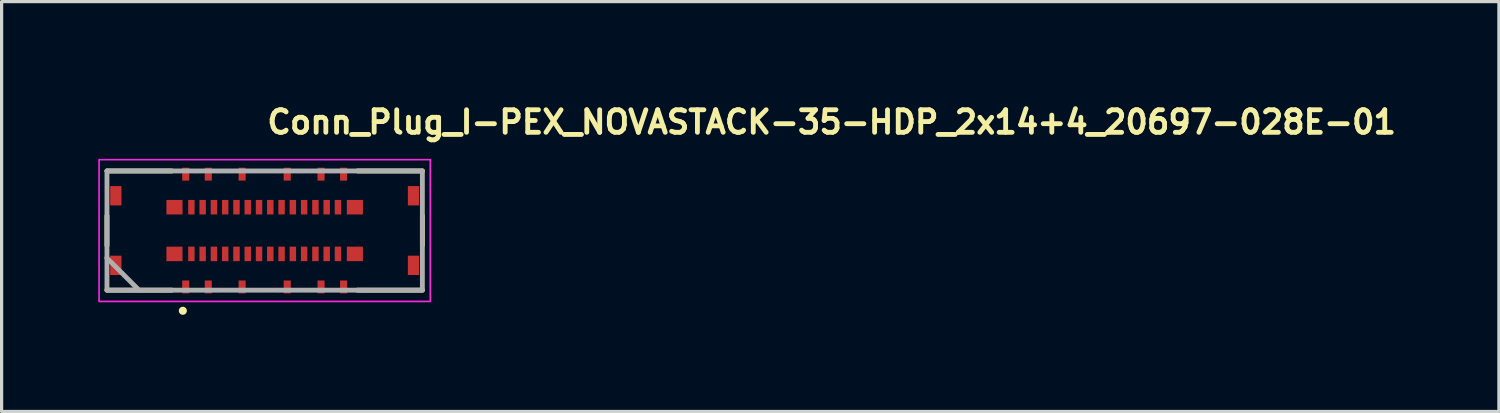
<source format=kicad_pcb>
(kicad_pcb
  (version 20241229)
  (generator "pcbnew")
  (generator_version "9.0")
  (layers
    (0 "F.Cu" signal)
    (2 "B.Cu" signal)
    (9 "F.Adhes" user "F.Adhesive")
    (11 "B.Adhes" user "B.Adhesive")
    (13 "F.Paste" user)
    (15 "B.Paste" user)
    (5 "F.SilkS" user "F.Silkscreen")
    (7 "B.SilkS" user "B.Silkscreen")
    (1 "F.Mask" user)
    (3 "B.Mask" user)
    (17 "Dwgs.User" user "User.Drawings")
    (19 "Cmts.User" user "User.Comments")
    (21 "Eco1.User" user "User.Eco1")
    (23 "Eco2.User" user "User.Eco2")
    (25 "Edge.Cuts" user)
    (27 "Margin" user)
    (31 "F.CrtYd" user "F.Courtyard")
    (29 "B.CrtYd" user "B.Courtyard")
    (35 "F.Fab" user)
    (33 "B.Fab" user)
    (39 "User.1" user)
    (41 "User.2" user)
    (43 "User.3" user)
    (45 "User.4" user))
  (footprint "Conn_Plug_I-PEX_NOVASTACK-35-HDP_2x14+4_20697-028E-01"
    (layer "F.Cu")
    (at 5.165 4.106)
    (property "Reference" "Conn_Plug_I-PEX_NOVASTACK-35-HDP_2x14+4_20697-028E-01" (at 0 -2.956 0) (layer "F.SilkS") (effects (font (size 0.7 0.7) (thickness 0.15)) (justify left bottom)))
    (attr smd)
    (fp_poly (pts (xy -4.795 -1.38) (xy -4.445 -1.38) (xy -4.445 -0.78) (xy -4.795 -0.78)) (stroke (width 0.01) (type solid)) (fill yes) (layer "F.Mask"))
    (fp_poly (pts (xy -4.795 0.78) (xy -4.445 0.78) (xy -4.445 1.38) (xy -4.795 1.38)) (stroke (width 0.01) (type solid)) (fill yes) (layer "F.Mask"))
    (fp_poly (pts (xy -3.05 -0.95) (xy -2.55 -0.95) (xy -2.55 -0.5) (xy -3.05 -0.5)) (stroke (width 0.01) (type solid)) (fill yes) (layer "F.Mask"))
    (fp_poly (pts (xy -3.05 0.5) (xy -2.55 0.5) (xy -2.55 0.95) (xy -3.05 0.95)) (stroke (width 0.01) (type solid)) (fill yes) (layer "F.Mask"))
    (fp_poly (pts (xy -2.56 -1.95) (xy -2.34 -1.95) (xy -2.34 -1.55) (xy -2.56 -1.55)) (stroke (width 0.01) (type solid)) (fill yes) (layer "F.Mask"))
    (fp_poly (pts (xy -2.56 1.55) (xy -2.34 1.55) (xy -2.34 1.95) (xy -2.56 1.95)) (stroke (width 0.01) (type solid)) (fill yes) (layer "F.Mask"))
    (fp_poly (pts (xy -2.375 -0.95) (xy -2.175 -0.95) (xy -2.175 -0.5) (xy -2.375 -0.5)) (stroke (width 0.01) (type solid)) (fill yes) (layer "F.Mask"))
    (fp_poly (pts (xy -2.375 0.5) (xy -2.175 0.5) (xy -2.175 0.95) (xy -2.375 0.95)) (stroke (width 0.01) (type solid)) (fill yes) (layer "F.Mask"))
    (fp_poly (pts (xy -2.025 -0.95) (xy -1.825 -0.95) (xy -1.825 -0.5) (xy -2.025 -0.5)) (stroke (width 0.01) (type solid)) (fill yes) (layer "F.Mask"))
    (fp_poly (pts (xy -2.025 0.5) (xy -1.825 0.5) (xy -1.825 0.95) (xy -2.025 0.95)) (stroke (width 0.01) (type solid)) (fill yes) (layer "F.Mask"))
    (fp_poly (pts (xy -1.86 -1.95) (xy -1.64 -1.95) (xy -1.64 -1.55) (xy -1.86 -1.55)) (stroke (width 0.01) (type solid)) (fill yes) (layer "F.Mask"))
    (fp_poly (pts (xy -1.86 1.55) (xy -1.64 1.55) (xy -1.64 1.95) (xy -1.86 1.95)) (stroke (width 0.01) (type solid)) (fill yes) (layer "F.Mask"))
    (fp_poly (pts (xy -1.675 -0.95) (xy -1.475 -0.95) (xy -1.475 -0.5) (xy -1.675 -0.5)) (stroke (width 0.01) (type solid)) (fill yes) (layer "F.Mask"))
    (fp_poly (pts (xy -1.675 0.5) (xy -1.475 0.5) (xy -1.475 0.95) (xy -1.675 0.95)) (stroke (width 0.01) (type solid)) (fill yes) (layer "F.Mask"))
    (fp_poly (pts (xy -1.325 -0.95) (xy -1.125 -0.95) (xy -1.125 -0.5) (xy -1.325 -0.5)) (stroke (width 0.01) (type solid)) (fill yes) (layer "F.Mask"))
    (fp_poly (pts (xy -1.325 0.5) (xy -1.125 0.5) (xy -1.125 0.95) (xy -1.325 0.95)) (stroke (width 0.01) (type solid)) (fill yes) (layer "F.Mask"))
    (fp_poly (pts (xy -0.975 -0.95) (xy -0.775 -0.95) (xy -0.775 -0.5) (xy -0.975 -0.5)) (stroke (width 0.01) (type solid)) (fill yes) (layer "F.Mask"))
    (fp_poly (pts (xy -0.975 0.5) (xy -0.775 0.5) (xy -0.775 0.95) (xy -0.975 0.95)) (stroke (width 0.01) (type solid)) (fill yes) (layer "F.Mask"))
    (fp_poly (pts (xy -0.81 -1.95) (xy -0.59 -1.95) (xy -0.59 -1.55) (xy -0.81 -1.55)) (stroke (width 0.01) (type solid)) (fill yes) (layer "F.Mask"))
    (fp_poly (pts (xy -0.81 1.55) (xy -0.59 1.55) (xy -0.59 1.95) (xy -0.81 1.95)) (stroke (width 0.01) (type solid)) (fill yes) (layer "F.Mask"))
    (fp_poly (pts (xy -0.625 -0.95) (xy -0.425 -0.95) (xy -0.425 -0.5) (xy -0.625 -0.5)) (stroke (width 0.01) (type solid)) (fill yes) (layer "F.Mask"))
    (fp_poly (pts (xy -0.625 0.5) (xy -0.425 0.5) (xy -0.425 0.95) (xy -0.625 0.95)) (stroke (width 0.01) (type solid)) (fill yes) (layer "F.Mask"))
    (fp_poly (pts (xy -0.275 -0.95) (xy -0.075 -0.95) (xy -0.075 -0.5) (xy -0.275 -0.5)) (stroke (width 0.01) (type solid)) (fill yes) (layer "F.Mask"))
    (fp_poly (pts (xy -0.275 0.5) (xy -0.075 0.5) (xy -0.075 0.95) (xy -0.275 0.95)) (stroke (width 0.01) (type solid)) (fill yes) (layer "F.Mask"))
    (fp_poly (pts (xy 0.075 -0.95) (xy 0.275 -0.95) (xy 0.275 -0.5) (xy 0.075 -0.5)) (stroke (width 0.01) (type solid)) (fill yes) (layer "F.Mask"))
    (fp_poly (pts (xy 0.075 0.5) (xy 0.275 0.5) (xy 0.275 0.95) (xy 0.075 0.95)) (stroke (width 0.01) (type solid)) (fill yes) (layer "F.Mask"))
    (fp_poly (pts (xy 0.425 -0.95) (xy 0.625 -0.95) (xy 0.625 -0.5) (xy 0.425 -0.5)) (stroke (width 0.01) (type solid)) (fill yes) (layer "F.Mask"))
    (fp_poly (pts (xy 0.425 0.5) (xy 0.625 0.5) (xy 0.625 0.95) (xy 0.425 0.95)) (stroke (width 0.01) (type solid)) (fill yes) (layer "F.Mask"))
    (fp_poly (pts (xy 0.59 -1.95) (xy 0.81 -1.95) (xy 0.81 -1.55) (xy 0.59 -1.55)) (stroke (width 0.01) (type solid)) (fill yes) (layer "F.Mask"))
    (fp_poly (pts (xy 0.59 1.55) (xy 0.81 1.55) (xy 0.81 1.95) (xy 0.59 1.95)) (stroke (width 0.01) (type solid)) (fill yes) (layer "F.Mask"))
    (fp_poly (pts (xy 0.775 -0.95) (xy 0.975 -0.95) (xy 0.975 -0.5) (xy 0.775 -0.5)) (stroke (width 0.01) (type solid)) (fill yes) (layer "F.Mask"))
    (fp_poly (pts (xy 0.775 0.5) (xy 0.975 0.5) (xy 0.975 0.95) (xy 0.775 0.95)) (stroke (width 0.01) (type solid)) (fill yes) (layer "F.Mask"))
    (fp_poly (pts (xy 1.125 -0.95) (xy 1.325 -0.95) (xy 1.325 -0.5) (xy 1.125 -0.5)) (stroke (width 0.01) (type solid)) (fill yes) (layer "F.Mask"))
    (fp_poly (pts (xy 1.125 0.5) (xy 1.325 0.5) (xy 1.325 0.95) (xy 1.125 0.95)) (stroke (width 0.01) (type solid)) (fill yes) (layer "F.Mask"))
    (fp_poly (pts (xy 1.475 -0.95) (xy 1.675 -0.95) (xy 1.675 -0.5) (xy 1.475 -0.5)) (stroke (width 0.01) (type solid)) (fill yes) (layer "F.Mask"))
    (fp_poly (pts (xy 1.475 0.5) (xy 1.675 0.5) (xy 1.675 0.95) (xy 1.475 0.95)) (stroke (width 0.01) (type solid)) (fill yes) (layer "F.Mask"))
    (fp_poly (pts (xy 1.64 -1.95) (xy 1.86 -1.95) (xy 1.86 -1.55) (xy 1.64 -1.55)) (stroke (width 0.01) (type solid)) (fill yes) (layer "F.Mask"))
    (fp_poly (pts (xy 1.64 1.55) (xy 1.86 1.55) (xy 1.86 1.95) (xy 1.64 1.95)) (stroke (width 0.01) (type solid)) (fill yes) (layer "F.Mask"))
    (fp_poly (pts (xy 1.825 -0.95) (xy 2.025 -0.95) (xy 2.025 -0.5) (xy 1.825 -0.5)) (stroke (width 0.01) (type solid)) (fill yes) (layer "F.Mask"))
    (fp_poly (pts (xy 1.825 0.5) (xy 2.025 0.5) (xy 2.025 0.95) (xy 1.825 0.95)) (stroke (width 0.01) (type solid)) (fill yes) (layer "F.Mask"))
    (fp_poly (pts (xy 2.175 -0.95) (xy 2.375 -0.95) (xy 2.375 -0.5) (xy 2.175 -0.5)) (stroke (width 0.01) (type solid)) (fill yes) (layer "F.Mask"))
    (fp_poly (pts (xy 2.175 0.5) (xy 2.375 0.5) (xy 2.375 0.95) (xy 2.175 0.95)) (stroke (width 0.01) (type solid)) (fill yes) (layer "F.Mask"))
    (fp_poly (pts (xy 2.34 -1.95) (xy 2.56 -1.95) (xy 2.56 -1.55) (xy 2.34 -1.55)) (stroke (width 0.01) (type solid)) (fill yes) (layer "F.Mask"))
    (fp_poly (pts (xy 2.34 1.55) (xy 2.56 1.55) (xy 2.56 1.95) (xy 2.34 1.95)) (stroke (width 0.01) (type solid)) (fill yes) (layer "F.Mask"))
    (fp_poly (pts (xy 2.55 -0.95) (xy 3.05 -0.95) (xy 3.05 -0.5) (xy 2.55 -0.5)) (stroke (width 0.01) (type solid)) (fill yes) (layer "F.Mask"))
    (fp_poly (pts (xy 2.55 0.5) (xy 3.05 0.5) (xy 3.05 0.95) (xy 2.55 0.95)) (stroke (width 0.01) (type solid)) (fill yes) (layer "F.Mask"))
    (fp_poly (pts (xy 4.445 -1.38) (xy 4.795 -1.38) (xy 4.795 -0.78) (xy 4.445 -0.78)) (stroke (width 0.01) (type solid)) (fill yes) (layer "F.Mask"))
    (fp_poly (pts (xy 4.445 0.78) (xy 4.795 0.78) (xy 4.795 1.38) (xy 4.445 1.38)) (stroke (width 0.01) (type solid)) (fill yes) (layer "F.Mask"))
    (fp_line (start -4.895 -1.85) (end -2.88 -1.85) (stroke (width 0.15) (type solid)) (layer "F.SilkS"))
    (fp_line (start -4.895 0.46) (end -4.895 -0.46) (stroke (width 0.15) (type solid)) (layer "F.SilkS"))
    (fp_line (start -2.88 1.85) (end -4.895 1.85) (stroke (width 0.15) (type solid)) (layer "F.SilkS"))
    (fp_line (start 2.88 -1.85) (end 4.895 -1.85) (stroke (width 0.15) (type solid)) (layer "F.SilkS"))
    (fp_line (start 4.895 -0.46) (end 4.895 0.46) (stroke (width 0.15) (type solid)) (layer "F.SilkS"))
    (fp_line (start 4.895 1.85) (end 2.88 1.85) (stroke (width 0.15) (type solid)) (layer "F.SilkS"))
    (fp_circle (center -2.54 2.49) (end -2.49 2.49) (stroke (width 0.15) (type solid)) (fill yes) (layer "F.SilkS"))
    (fp_poly (pts (xy -3.05 -0.95) (xy -2.55 -0.95) (xy -2.55 -0.65) (xy -3.05 -0.65)) (stroke (width 0.01) (type solid)) (fill yes) (layer "F.Paste"))
    (fp_poly (pts (xy -3.05 0.65) (xy -2.55 0.65) (xy -2.55 0.95) (xy -3.05 0.95)) (stroke (width 0.01) (type solid)) (fill yes) (layer "F.Paste"))
    (fp_poly (pts (xy -2.375 -0.95) (xy -2.175 -0.95) (xy -2.175 -0.65) (xy -2.375 -0.65)) (stroke (width 0.01) (type solid)) (fill yes) (layer "F.Paste"))
    (fp_poly (pts (xy -2.375 0.65) (xy -2.175 0.65) (xy -2.175 0.95) (xy -2.375 0.95)) (stroke (width 0.01) (type solid)) (fill yes) (layer "F.Paste"))
    (fp_poly (pts (xy -2.025 -0.95) (xy -1.825 -0.95) (xy -1.825 -0.65) (xy -2.025 -0.65)) (stroke (width 0.01) (type solid)) (fill yes) (layer "F.Paste"))
    (fp_poly (pts (xy -2.025 0.65) (xy -1.825 0.65) (xy -1.825 0.95) (xy -2.025 0.95)) (stroke (width 0.01) (type solid)) (fill yes) (layer "F.Paste"))
    (fp_poly (pts (xy -1.675 -0.95) (xy -1.475 -0.95) (xy -1.475 -0.65) (xy -1.675 -0.65)) (stroke (width 0.01) (type solid)) (fill yes) (layer "F.Paste"))
    (fp_poly (pts (xy -1.675 0.65) (xy -1.475 0.65) (xy -1.475 0.95) (xy -1.675 0.95)) (stroke (width 0.01) (type solid)) (fill yes) (layer "F.Paste"))
    (fp_poly (pts (xy -1.325 -0.95) (xy -1.125 -0.95) (xy -1.125 -0.65) (xy -1.325 -0.65)) (stroke (width 0.01) (type solid)) (fill yes) (layer "F.Paste"))
    (fp_poly (pts (xy -1.325 0.65) (xy -1.125 0.65) (xy -1.125 0.95) (xy -1.325 0.95)) (stroke (width 0.01) (type solid)) (fill yes) (layer "F.Paste"))
    (fp_poly (pts (xy -0.975 -0.95) (xy -0.775 -0.95) (xy -0.775 -0.65) (xy -0.975 -0.65)) (stroke (width 0.01) (type solid)) (fill yes) (layer "F.Paste"))
    (fp_poly (pts (xy -0.975 0.65) (xy -0.775 0.65) (xy -0.775 0.95) (xy -0.975 0.95)) (stroke (width 0.01) (type solid)) (fill yes) (layer "F.Paste"))
    (fp_poly (pts (xy -0.625 -0.95) (xy -0.425 -0.95) (xy -0.425 -0.65) (xy -0.625 -0.65)) (stroke (width 0.01) (type solid)) (fill yes) (layer "F.Paste"))
    (fp_poly (pts (xy -0.625 0.65) (xy -0.425 0.65) (xy -0.425 0.95) (xy -0.625 0.95)) (stroke (width 0.01) (type solid)) (fill yes) (layer "F.Paste"))
    (fp_poly (pts (xy -0.275 -0.95) (xy -0.075 -0.95) (xy -0.075 -0.65) (xy -0.275 -0.65)) (stroke (width 0.01) (type solid)) (fill yes) (layer "F.Paste"))
    (fp_poly (pts (xy -0.275 0.65) (xy -0.075 0.65) (xy -0.075 0.95) (xy -0.275 0.95)) (stroke (width 0.01) (type solid)) (fill yes) (layer "F.Paste"))
    (fp_poly (pts (xy 0.075 -0.95) (xy 0.275 -0.95) (xy 0.275 -0.65) (xy 0.075 -0.65)) (stroke (width 0.01) (type solid)) (fill yes) (layer "F.Paste"))
    (fp_poly (pts (xy 0.075 0.65) (xy 0.275 0.65) (xy 0.275 0.95) (xy 0.075 0.95)) (stroke (width 0.01) (type solid)) (fill yes) (layer "F.Paste"))
    (fp_poly (pts (xy 0.425 -0.95) (xy 0.625 -0.95) (xy 0.625 -0.65) (xy 0.425 -0.65)) (stroke (width 0.01) (type solid)) (fill yes) (layer "F.Paste"))
    (fp_poly (pts (xy 0.425 0.65) (xy 0.625 0.65) (xy 0.625 0.95) (xy 0.425 0.95)) (stroke (width 0.01) (type solid)) (fill yes) (layer "F.Paste"))
    (fp_poly (pts (xy 0.775 -0.95) (xy 0.975 -0.95) (xy 0.975 -0.65) (xy 0.775 -0.65)) (stroke (width 0.01) (type solid)) (fill yes) (layer "F.Paste"))
    (fp_poly (pts (xy 0.775 0.65) (xy 0.975 0.65) (xy 0.975 0.95) (xy 0.775 0.95)) (stroke (width 0.01) (type solid)) (fill yes) (layer "F.Paste"))
    (fp_poly (pts (xy 1.125 -0.95) (xy 1.325 -0.95) (xy 1.325 -0.65) (xy 1.125 -0.65)) (stroke (width 0.01) (type solid)) (fill yes) (layer "F.Paste"))
    (fp_poly (pts (xy 1.125 0.65) (xy 1.325 0.65) (xy 1.325 0.95) (xy 1.125 0.95)) (stroke (width 0.01) (type solid)) (fill yes) (layer "F.Paste"))
    (fp_poly (pts (xy 1.475 -0.95) (xy 1.675 -0.95) (xy 1.675 -0.65) (xy 1.475 -0.65)) (stroke (width 0.01) (type solid)) (fill yes) (layer "F.Paste"))
    (fp_poly (pts (xy 1.475 0.65) (xy 1.675 0.65) (xy 1.675 0.95) (xy 1.475 0.95)) (stroke (width 0.01) (type solid)) (fill yes) (layer "F.Paste"))
    (fp_poly (pts (xy 1.825 -0.95) (xy 2.025 -0.95) (xy 2.025 -0.65) (xy 1.825 -0.65)) (stroke (width 0.01) (type solid)) (fill yes) (layer "F.Paste"))
    (fp_poly (pts (xy 1.825 0.65) (xy 2.025 0.65) (xy 2.025 0.95) (xy 1.825 0.95)) (stroke (width 0.01) (type solid)) (fill yes) (layer "F.Paste"))
    (fp_poly (pts (xy 2.175 -0.95) (xy 2.375 -0.95) (xy 2.375 -0.65) (xy 2.175 -0.65)) (stroke (width 0.01) (type solid)) (fill yes) (layer "F.Paste"))
    (fp_poly (pts (xy 2.175 0.65) (xy 2.375 0.65) (xy 2.375 0.95) (xy 2.175 0.95)) (stroke (width 0.01) (type solid)) (fill yes) (layer "F.Paste"))
    (fp_poly (pts (xy 2.55 -0.95) (xy 3.05 -0.95) (xy 3.05 -0.65) (xy 2.55 -0.65)) (stroke (width 0.01) (type solid)) (fill yes) (layer "F.Paste"))
    (fp_poly (pts (xy 2.55 0.65) (xy 3.05 0.65) (xy 3.05 0.95) (xy 2.55 0.95)) (stroke (width 0.01) (type solid)) (fill yes) (layer "F.Paste"))
    (fp_rect (start -5.14 -2.2) (end 5.14 2.2) (stroke (width 0.05) (type solid)) (fill no) (layer "F.CrtYd"))
    (fp_line (start -4.895 -1.85) (end 4.895 -1.85) (stroke (width 0.15) (type solid)) (layer "F.Fab"))
    (fp_line (start -4.895 1.85) (end -4.895 -1.85) (stroke (width 0.15) (type solid)) (layer "F.Fab"))
    (fp_line (start -3.9 1.85) (end -4.9 0.85) (stroke (width 0.15) (type solid)) (layer "F.Fab"))
    (fp_line (start 4.895 -1.85) (end 4.895 1.85) (stroke (width 0.15) (type solid)) (layer "F.Fab"))
    (fp_line (start 4.895 1.85) (end -4.895 1.85) (stroke (width 0.15) (type solid)) (layer "F.Fab"))
    (fp_rect (start -4.895 -1.85) (end 4.895 1.85) (stroke (width 0.1) (type solid)) (fill no) (layer "User.5"))
    (fp_line (start -4.895 -1.5) (end -4.891 -1.55) (stroke (width 0.02) (type solid)) (layer "User.9"))
    (fp_line (start -4.895 -1.5) (end -4.865 -1.5) (stroke (width 0.02) (type solid)) (layer "User.9"))
    (fp_line (start -4.895 -1.3) (end -4.895 -1.5) (stroke (width 0.02) (type solid)) (layer "User.9"))
    (fp_line (start -4.895 1.3) (end -4.895 -1.3) (stroke (width 0.02) (type solid)) (layer "User.9"))
    (fp_line (start -4.895 1.3) (end -4.895 1.5) (stroke (width 0.02) (type solid)) (layer "User.9"))
    (fp_line (start -4.895 1.5) (end -4.891 1.55) (stroke (width 0.02) (type solid)) (layer "User.9"))
    (fp_line (start -4.895 1.5) (end -4.865 1.5) (stroke (width 0.02) (type solid)) (layer "User.9"))
    (fp_line (start -4.891 -1.55) (end -4.881 -1.599) (stroke (width 0.02) (type solid)) (layer "User.9"))
    (fp_line (start -4.891 1.55) (end -4.881 1.599) (stroke (width 0.02) (type solid)) (layer "User.9"))
    (fp_line (start -4.881 -1.599) (end -4.863 -1.645) (stroke (width 0.02) (type solid)) (layer "User.9"))
    (fp_line (start -4.881 1.599) (end -4.863 1.645) (stroke (width 0.02) (type solid)) (layer "User.9"))
    (fp_line (start -4.865 -1.5) (end -4.865 -1.3) (stroke (width 0.02) (type solid)) (layer "User.9"))
    (fp_line (start -4.865 -1.3) (end -4.895 -1.3) (stroke (width 0.02) (type solid)) (layer "User.9"))
    (fp_line (start -4.865 1.3) (end -4.895 1.3) (stroke (width 0.02) (type solid)) (layer "User.9"))
    (fp_line (start -4.865 1.5) (end -4.865 1.3) (stroke (width 0.02) (type solid)) (layer "User.9"))
    (fp_line (start -4.863 -1.645) (end -4.839 -1.689) (stroke (width 0.02) (type solid)) (layer "User.9"))
    (fp_line (start -4.863 1.645) (end -4.839 1.689) (stroke (width 0.02) (type solid)) (layer "User.9"))
    (fp_line (start -4.861 -1.55) (end -4.865 -1.5) (stroke (width 0.02) (type solid)) (layer "User.9"))
    (fp_line (start -4.861 1.55) (end -4.865 1.5) (stroke (width 0.02) (type solid)) (layer "User.9"))
    (fp_line (start -4.849 -1.599) (end -4.861 -1.55) (stroke (width 0.02) (type solid)) (layer "User.9"))
    (fp_line (start -4.849 1.599) (end -4.861 1.55) (stroke (width 0.02) (type solid)) (layer "User.9"))
    (fp_line (start -4.839 -1.689) (end -4.81 -1.729) (stroke (width 0.02) (type solid)) (layer "User.9"))
    (fp_line (start -4.839 1.689) (end -4.81 1.729) (stroke (width 0.02) (type solid)) (layer "User.9"))
    (fp_line (start -4.83 -1.645) (end -4.849 -1.599) (stroke (width 0.02) (type solid)) (layer "User.9"))
    (fp_line (start -4.83 1.645) (end -4.849 1.599) (stroke (width 0.02) (type solid)) (layer "User.9"))
    (fp_line (start -4.82 -1.3) (end -4.82 1.3) (stroke (width 0.02) (type solid)) (layer "User.9"))
    (fp_line (start -4.81 -1.729) (end -4.774 -1.765) (stroke (width 0.02) (type solid)) (layer "User.9"))
    (fp_line (start -4.81 1.729) (end -4.774 1.765) (stroke (width 0.02) (type solid)) (layer "User.9"))
    (fp_line (start -4.804 -1.688) (end -4.83 -1.645) (stroke (width 0.02) (type solid)) (layer "User.9"))
    (fp_line (start -4.804 1.688) (end -4.83 1.645) (stroke (width 0.02) (type solid)) (layer "User.9"))
    (fp_line (start -4.774 -1.765) (end -4.734 -1.794) (stroke (width 0.02) (type solid)) (layer "User.9"))
    (fp_line (start -4.774 1.765) (end -4.734 1.794) (stroke (width 0.02) (type solid)) (layer "User.9"))
    (fp_line (start -4.771 -1.726) (end -4.804 -1.688) (stroke (width 0.02) (type solid)) (layer "User.9"))
    (fp_line (start -4.771 1.726) (end -4.804 1.688) (stroke (width 0.02) (type solid)) (layer "User.9"))
    (fp_line (start -4.745 -0.65) (end -4.745 -1.3) (stroke (width 0.02) (type solid)) (layer "User.9"))
    (fp_line (start -4.745 -0.65) (end -4.695 -0.7) (stroke (width 0.02) (type solid)) (layer "User.9"))
    (fp_line (start -4.745 -0.65) (end -4.545 -0.65) (stroke (width 0.02) (type solid)) (layer "User.9"))
    (fp_line (start -4.745 0.65) (end -4.745 1.3) (stroke (width 0.02) (type solid)) (layer "User.9"))
    (fp_line (start -4.745 0.65) (end -4.695 0.7) (stroke (width 0.02) (type solid)) (layer "User.9"))
    (fp_line (start -4.745 0.65) (end -4.545 0.65) (stroke (width 0.02) (type solid)) (layer "User.9"))
    (fp_line (start -4.734 -1.794) (end -4.69 -1.818) (stroke (width 0.02) (type solid)) (layer "User.9"))
    (fp_line (start -4.734 1.794) (end -4.69 1.818) (stroke (width 0.02) (type solid)) (layer "User.9"))
    (fp_line (start -4.733 -1.759) (end -4.771 -1.726) (stroke (width 0.02) (type solid)) (layer "User.9"))
    (fp_line (start -4.733 1.759) (end -4.771 1.726) (stroke (width 0.02) (type solid)) (layer "User.9"))
    (fp_line (start -4.695 -1.3) (end -4.865 -1.3) (stroke (width 0.02) (type solid)) (layer "User.9"))
    (fp_line (start -4.695 -1.3) (end -4.695 -0.8) (stroke (width 0.02) (type solid)) (layer "User.9"))
    (fp_line (start -4.695 -0.8) (end -4.495 -0.8) (stroke (width 0.02) (type solid)) (layer "User.9"))
    (fp_line (start -4.695 -0.7) (end -4.695 -0.8) (stroke (width 0.02) (type solid)) (layer "User.9"))
    (fp_line (start -4.695 0.7) (end -4.695 0.8) (stroke (width 0.02) (type solid)) (layer "User.9"))
    (fp_line (start -4.695 0.8) (end -4.495 0.8) (stroke (width 0.02) (type solid)) (layer "User.9"))
    (fp_line (start -4.695 1.3) (end -4.865 1.3) (stroke (width 0.02) (type solid)) (layer "User.9"))
    (fp_line (start -4.695 1.3) (end -4.695 0.8) (stroke (width 0.02) (type solid)) (layer "User.9"))
    (fp_line (start -4.69 -1.818) (end -4.644 -1.836) (stroke (width 0.02) (type solid)) (layer "User.9"))
    (fp_line (start -4.69 -1.785) (end -4.733 -1.759) (stroke (width 0.02) (type solid)) (layer "User.9"))
    (fp_line (start -4.69 1.785) (end -4.733 1.759) (stroke (width 0.02) (type solid)) (layer "User.9"))
    (fp_line (start -4.69 1.818) (end -4.644 1.836) (stroke (width 0.02) (type solid)) (layer "User.9"))
    (fp_line (start -4.644 -1.836) (end -4.595 -1.846) (stroke (width 0.02) (type solid)) (layer "User.9"))
    (fp_line (start -4.644 -1.804) (end -4.69 -1.785) (stroke (width 0.02) (type solid)) (layer "User.9"))
    (fp_line (start -4.644 1.804) (end -4.69 1.785) (stroke (width 0.02) (type solid)) (layer "User.9"))
    (fp_line (start -4.644 1.836) (end -4.595 1.846) (stroke (width 0.02) (type solid)) (layer "User.9"))
    (fp_line (start -4.595 -1.846) (end -4.545 -1.85) (stroke (width 0.02) (type solid)) (layer "User.9"))
    (fp_line (start -4.595 -1.816) (end -4.644 -1.804) (stroke (width 0.02) (type solid)) (layer "User.9"))
    (fp_line (start -4.595 1.816) (end -4.644 1.804) (stroke (width 0.02) (type solid)) (layer "User.9"))
    (fp_line (start -4.595 1.846) (end -4.545 1.85) (stroke (width 0.02) (type solid)) (layer "User.9"))
    (fp_line (start -4.545 -1.85) (end -4.545 -1.82) (stroke (width 0.02) (type solid)) (layer "User.9"))
    (fp_line (start -4.545 -1.85) (end -4.345 -1.85) (stroke (width 0.02) (type solid)) (layer "User.9"))
    (fp_line (start -4.545 -1.82) (end -4.595 -1.816) (stroke (width 0.02) (type solid)) (layer "User.9"))
    (fp_line (start -4.545 -0.65) (end -4.495 -0.6) (stroke (width 0.02) (type solid)) (layer "User.9"))
    (fp_line (start -4.545 0.65) (end -4.545 -0.65) (stroke (width 0.02) (type solid)) (layer "User.9"))
    (fp_line (start -4.545 0.65) (end -4.495 0.6) (stroke (width 0.02) (type solid)) (layer "User.9"))
    (fp_line (start -4.545 1.82) (end -4.595 1.816) (stroke (width 0.02) (type solid)) (layer "User.9"))
    (fp_line (start -4.545 1.85) (end -4.545 1.82) (stroke (width 0.02) (type solid)) (layer "User.9"))
    (fp_line (start -4.545 1.85) (end -4.345 1.85) (stroke (width 0.02) (type solid)) (layer "User.9"))
    (fp_line (start -4.495 -1.5) (end -4.491 -1.533) (stroke (width 0.02) (type solid)) (layer "User.9"))
    (fp_line (start -4.495 -1.5) (end -4.435 -1.5) (stroke (width 0.02) (type solid)) (layer "User.9"))
    (fp_line (start -4.495 -1.43) (end -4.435 -1.43) (stroke (width 0.02) (type solid)) (layer "User.9"))
    (fp_line (start -4.495 -0.8) (end -4.495 -1.5) (stroke (width 0.02) (type solid)) (layer "User.9"))
    (fp_line (start -4.495 -0.8) (end -4.495 -0.7) (stroke (width 0.02) (type solid)) (layer "User.9"))
    (fp_line (start -4.495 -0.7) (end -4.695 -0.7) (stroke (width 0.02) (type solid)) (layer "User.9"))
    (fp_line (start -4.495 -0.7) (end -4.495 -0.6) (stroke (width 0.02) (type solid)) (layer "User.9"))
    (fp_line (start -4.495 -0.6) (end -4.495 0.6) (stroke (width 0.02) (type solid)) (layer "User.9"))
    (fp_line (start -4.495 -0.26) (end -4.435 -0.32) (stroke (width 0.02) (type solid)) (layer "User.9"))
    (fp_line (start -4.495 0.26) (end -4.435 0.32) (stroke (width 0.02) (type solid)) (layer "User.9"))
    (fp_line (start -4.495 0.7) (end -4.695 0.7) (stroke (width 0.02) (type solid)) (layer "User.9"))
    (fp_line (start -4.495 0.7) (end -4.495 0.6) (stroke (width 0.02) (type solid)) (layer "User.9"))
    (fp_line (start -4.495 0.73) (end -4.435 0.73) (stroke (width 0.02) (type solid)) (layer "User.9"))
    (fp_line (start -4.495 0.8) (end -4.495 0.7) (stroke (width 0.02) (type solid)) (layer "User.9"))
    (fp_line (start -4.495 0.8) (end -4.495 1.5) (stroke (width 0.02) (type solid)) (layer "User.9"))
    (fp_line (start -4.495 1.5) (end -4.491 1.533) (stroke (width 0.02) (type solid)) (layer "User.9"))
    (fp_line (start -4.495 1.5) (end -4.435 1.5) (stroke (width 0.02) (type solid)) (layer "User.9"))
    (fp_line (start -4.491 -1.533) (end -4.48 -1.565) (stroke (width 0.02) (type solid)) (layer "User.9"))
    (fp_line (start -4.491 1.533) (end -4.48 1.565) (stroke (width 0.02) (type solid)) (layer "User.9"))
    (fp_line (start -4.487 -1.82) (end -4.545 -1.82) (stroke (width 0.02) (type solid)) (layer "User.9"))
    (fp_line (start -4.487 1.82) (end -4.545 1.82) (stroke (width 0.02) (type solid)) (layer "User.9"))
    (fp_line (start -4.48 -1.565) (end -4.462 -1.594) (stroke (width 0.02) (type solid)) (layer "User.9"))
    (fp_line (start -4.48 1.565) (end -4.462 1.594) (stroke (width 0.02) (type solid)) (layer "User.9"))
    (fp_line (start -4.462 -1.594) (end -4.439 -1.617) (stroke (width 0.02) (type solid)) (layer "User.9"))
    (fp_line (start -4.462 1.594) (end -4.439 1.617) (stroke (width 0.02) (type solid)) (layer "User.9"))
    (fp_line (start -4.441 -1.837) (end -4.487 -1.82) (stroke (width 0.02) (type solid)) (layer "User.9"))
    (fp_line (start -4.441 1.837) (end -4.487 1.82) (stroke (width 0.02) (type solid)) (layer "User.9"))
    (fp_line (start -4.439 -1.617) (end -4.41 -1.635) (stroke (width 0.02) (type solid)) (layer "User.9"))
    (fp_line (start -4.439 1.617) (end -4.41 1.635) (stroke (width 0.02) (type solid)) (layer "User.9"))
    (fp_line (start -4.435 -1.5) (end -4.435 -1.43) (stroke (width 0.02) (type solid)) (layer "User.9"))
    (fp_line (start -4.435 -1.43) (end -4.435 -0.73) (stroke (width 0.02) (type solid)) (layer "User.9"))
    (fp_line (start -4.435 -0.73) (end -4.495 -0.73) (stroke (width 0.02) (type solid)) (layer "User.9"))
    (fp_line (start -4.435 -0.73) (end -4.435 -0.32) (stroke (width 0.02) (type solid)) (layer "User.9"))
    (fp_line (start -4.435 -0.32) (end -3.995 -0.32) (stroke (width 0.02) (type solid)) (layer "User.9"))
    (fp_line (start -4.435 0.32) (end -3.995 0.32) (stroke (width 0.02) (type solid)) (layer "User.9"))
    (fp_line (start -4.435 0.73) (end -4.435 0.32) (stroke (width 0.02) (type solid)) (layer "User.9"))
    (fp_line (start -4.435 0.73) (end -4.435 1.43) (stroke (width 0.02) (type solid)) (layer "User.9"))
    (fp_line (start -4.435 1.43) (end -4.495 1.43) (stroke (width 0.02) (type solid)) (layer "User.9"))
    (fp_line (start -4.435 1.5) (end -4.435 1.43) (stroke (width 0.02) (type solid)) (layer "User.9"))
    (fp_line (start -4.432 -1.523) (end -4.435 -1.5) (stroke (width 0.02) (type solid)) (layer "User.9"))
    (fp_line (start -4.432 1.523) (end -4.435 1.5) (stroke (width 0.02) (type solid)) (layer "User.9"))
    (fp_line (start -4.423 -1.545) (end -4.432 -1.523) (stroke (width 0.02) (type solid)) (layer "User.9"))
    (fp_line (start -4.423 1.545) (end -4.432 1.523) (stroke (width 0.02) (type solid)) (layer "User.9"))
    (fp_line (start -4.41 -1.635) (end -4.378 -1.646) (stroke (width 0.02) (type solid)) (layer "User.9"))
    (fp_line (start -4.41 1.635) (end -4.378 1.646) (stroke (width 0.02) (type solid)) (layer "User.9"))
    (fp_line (start -4.409 -1.564) (end -4.423 -1.545) (stroke (width 0.02) (type solid)) (layer "User.9"))
    (fp_line (start -4.409 1.564) (end -4.423 1.545) (stroke (width 0.02) (type solid)) (layer "User.9"))
    (fp_line (start -4.394 -1.847) (end -4.441 -1.837) (stroke (width 0.02) (type solid)) (layer "User.9"))
    (fp_line (start -4.394 1.847) (end -4.441 1.837) (stroke (width 0.02) (type solid)) (layer "User.9"))
    (fp_line (start -4.39 -1.578) (end -4.409 -1.564) (stroke (width 0.02) (type solid)) (layer "User.9"))
    (fp_line (start -4.39 1.578) (end -4.409 1.564) (stroke (width 0.02) (type solid)) (layer "User.9"))
    (fp_line (start -4.378 -1.646) (end -4.345 -1.65) (stroke (width 0.02) (type solid)) (layer "User.9"))
    (fp_line (start -4.378 1.646) (end -4.345 1.65) (stroke (width 0.02) (type solid)) (layer "User.9"))
    (fp_line (start -4.368 -1.587) (end -4.39 -1.578) (stroke (width 0.02) (type solid)) (layer "User.9"))
    (fp_line (start -4.368 1.587) (end -4.39 1.578) (stroke (width 0.02) (type solid)) (layer "User.9"))
    (fp_line (start -4.345 -1.85) (end -4.394 -1.847) (stroke (width 0.02) (type solid)) (layer "User.9"))
    (fp_line (start -4.345 -1.65) (end -4.345 -1.59) (stroke (width 0.02) (type solid)) (layer "User.9"))
    (fp_line (start -4.345 -1.65) (end -3.695 -1.65) (stroke (width 0.02) (type solid)) (layer "User.9"))
    (fp_line (start -4.345 -1.59) (end -4.368 -1.587) (stroke (width 0.02) (type solid)) (layer "User.9"))
    (fp_line (start -4.345 -1.59) (end -4.21 -1.59) (stroke (width 0.02) (type solid)) (layer "User.9"))
    (fp_line (start -4.345 1.59) (end -4.368 1.587) (stroke (width 0.02) (type solid)) (layer "User.9"))
    (fp_line (start -4.345 1.59) (end -4.21 1.59) (stroke (width 0.02) (type solid)) (layer "User.9"))
    (fp_line (start -4.345 1.65) (end -4.345 1.59) (stroke (width 0.02) (type solid)) (layer "User.9"))
    (fp_line (start -4.345 1.65) (end -3.695 1.65) (stroke (width 0.02) (type solid)) (layer "User.9"))
    (fp_line (start -4.345 1.85) (end -4.394 1.847) (stroke (width 0.02) (type solid)) (layer "User.9"))
    (fp_line (start -4.21 -1.65) (end -4.21 -1.59) (stroke (width 0.02) (type solid)) (layer "User.9"))
    (fp_line (start -4.21 -1.59) (end -4.21 -1.155) (stroke (width 0.02) (type solid)) (layer "User.9"))
    (fp_line (start -4.21 -1.155) (end -3.61 -0.555) (stroke (width 0.02) (type solid)) (layer "User.9"))
    (fp_line (start -4.21 1.155) (end -3.61 0.555) (stroke (width 0.02) (type solid)) (layer "User.9"))
    (fp_line (start -4.21 1.59) (end -4.21 1.155) (stroke (width 0.02) (type solid)) (layer "User.9"))
    (fp_line (start -4.21 1.65) (end -4.21 1.59) (stroke (width 0.02) (type solid)) (layer "User.9"))
    (fp_line (start -3.995 -0.514) (end -3.979 -0.531) (stroke (width 0.02) (type solid)) (layer "User.9"))
    (fp_line (start -3.995 -0.486) (end -3.995 -0.514) (stroke (width 0.02) (type solid)) (layer "User.9"))
    (fp_line (start -3.995 -0.455) (end -3.995 -0.486) (stroke (width 0.02) (type solid)) (layer "User.9"))
    (fp_line (start -3.995 -0.455) (end -3.995 -0.2) (stroke (width 0.02) (type solid)) (layer "User.9"))
    (fp_line (start -3.995 -0.2) (end -4.495 -0.2) (stroke (width 0.02) (type solid)) (layer "User.9"))
    (fp_line (start -3.995 0.2) (end -4.495 0.2) (stroke (width 0.02) (type solid)) (layer "User.9"))
    (fp_line (start -3.995 0.2) (end -3.995 -0.2) (stroke (width 0.02) (type solid)) (layer "User.9"))
    (fp_line (start -3.995 0.455) (end -3.995 0.2) (stroke (width 0.02) (type solid)) (layer "User.9"))
    (fp_line (start -3.995 0.455) (end -3.995 0.486) (stroke (width 0.02) (type solid)) (layer "User.9"))
    (fp_line (start -3.995 0.486) (end -3.995 0.514) (stroke (width 0.02) (type solid)) (layer "User.9"))
    (fp_line (start -3.995 0.514) (end -3.979 0.531) (stroke (width 0.02) (type solid)) (layer "User.9"))
    (fp_line (start -3.979 -0.531) (end -3.959 -0.544) (stroke (width 0.02) (type solid)) (layer "User.9"))
    (fp_line (start -3.979 0.531) (end -3.959 0.544) (stroke (width 0.02) (type solid)) (layer "User.9"))
    (fp_line (start -3.959 -0.544) (end -3.936 -0.552) (stroke (width 0.02) (type solid)) (layer "User.9"))
    (fp_line (start -3.959 0.544) (end -3.936 0.552) (stroke (width 0.02) (type solid)) (layer "User.9"))
    (fp_line (start -3.957 -0.455) (end -3.995 -0.455) (stroke (width 0.02) (type solid)) (layer "User.9"))
    (fp_line (start -3.957 -0.455) (end -3.957 0.455) (stroke (width 0.02) (type solid)) (layer "User.9"))
    (fp_line (start -3.957 -0.455) (end -3.956 -0.473) (stroke (width 0.02) (type solid)) (layer "User.9"))
    (fp_line (start -3.957 0.455) (end -3.995 0.455) (stroke (width 0.02) (type solid)) (layer "User.9"))
    (fp_line (start -3.957 0.455) (end -3.956 0.473) (stroke (width 0.02) (type solid)) (layer "User.9"))
    (fp_line (start -3.956 -0.473) (end -3.95 -0.492) (stroke (width 0.02) (type solid)) (layer "User.9"))
    (fp_line (start -3.956 0.473) (end -3.95 0.492) (stroke (width 0.02) (type solid)) (layer "User.9"))
    (fp_line (start -3.955 -0.455) (end -3.957 -0.455) (stroke (width 0.02) (type solid)) (layer "User.9"))
    (fp_line (start -3.955 0.455) (end -3.957 0.455) (stroke (width 0.02) (type solid)) (layer "User.9"))
    (fp_line (start -3.953 -0.455) (end -3.955 -0.455) (stroke (width 0.02) (type solid)) (layer "User.9"))
    (fp_line (start -3.953 0.455) (end -3.955 0.455) (stroke (width 0.02) (type solid)) (layer "User.9"))
    (fp_line (start -3.95 -0.492) (end -3.942 -0.509) (stroke (width 0.02) (type solid)) (layer "User.9"))
    (fp_line (start -3.95 0.492) (end -3.942 0.509) (stroke (width 0.02) (type solid)) (layer "User.9"))
    (fp_line (start -3.949 -0.455) (end -3.953 -0.455) (stroke (width 0.02) (type solid)) (layer "User.9"))
    (fp_line (start -3.949 0.455) (end -3.953 0.455) (stroke (width 0.02) (type solid)) (layer "User.9"))
    (fp_line (start -3.944 -0.455) (end -3.949 -0.455) (stroke (width 0.02) (type solid)) (layer "User.9"))
    (fp_line (start -3.944 0.455) (end -3.949 0.455) (stroke (width 0.02) (type solid)) (layer "User.9"))
    (fp_line (start -3.942 -0.509) (end -3.929 -0.525) (stroke (width 0.02) (type solid)) (layer "User.9"))
    (fp_line (start -3.942 0.509) (end -3.929 0.525) (stroke (width 0.02) (type solid)) (layer "User.9"))
    (fp_line (start -3.939 -0.455) (end -3.944 -0.455) (stroke (width 0.02) (type solid)) (layer "User.9"))
    (fp_line (start -3.939 0.455) (end -3.944 0.455) (stroke (width 0.02) (type solid)) (layer "User.9"))
    (fp_line (start -3.936 -0.552) (end -3.913 -0.555) (stroke (width 0.02) (type solid)) (layer "User.9"))
    (fp_line (start -3.936 0.552) (end -3.913 0.555) (stroke (width 0.02) (type solid)) (layer "User.9"))
    (fp_line (start -3.933 -0.455) (end -3.939 -0.455) (stroke (width 0.02) (type solid)) (layer "User.9"))
    (fp_line (start -3.933 0.455) (end -3.939 0.455) (stroke (width 0.02) (type solid)) (layer "User.9"))
    (fp_line (start -3.929 -0.525) (end -3.914 -0.538) (stroke (width 0.02) (type solid)) (layer "User.9"))
    (fp_line (start -3.929 0.525) (end -3.914 0.538) (stroke (width 0.02) (type solid)) (layer "User.9"))
    (fp_line (start -3.927 -0.455) (end -3.933 -0.455) (stroke (width 0.02) (type solid)) (layer "User.9"))
    (fp_line (start -3.927 0.455) (end -3.933 0.455) (stroke (width 0.02) (type solid)) (layer "User.9"))
    (fp_line (start -3.92 -0.455) (end -3.927 -0.455) (stroke (width 0.02) (type solid)) (layer "User.9"))
    (fp_line (start -3.92 0.455) (end -3.927 0.455) (stroke (width 0.02) (type solid)) (layer "User.9"))
    (fp_line (start -3.914 -0.538) (end -3.896 -0.548) (stroke (width 0.02) (type solid)) (layer "User.9"))
    (fp_line (start -3.914 0.538) (end -3.896 0.548) (stroke (width 0.02) (type solid)) (layer "User.9"))
    (fp_line (start -3.913 -0.555) (end -3.86 -0.555) (stroke (width 0.02) (type solid)) (layer "User.9"))
    (fp_line (start -3.913 0.555) (end -3.86 0.555) (stroke (width 0.02) (type solid)) (layer "User.9"))
    (fp_line (start -3.912 -0.455) (end -3.92 -0.455) (stroke (width 0.02) (type solid)) (layer "User.9"))
    (fp_line (start -3.912 0.455) (end -3.92 0.455) (stroke (width 0.02) (type solid)) (layer "User.9"))
    (fp_line (start -3.904 -0.455) (end -3.912 -0.455) (stroke (width 0.02) (type solid)) (layer "User.9"))
    (fp_line (start -3.904 0.455) (end -3.912 0.455) (stroke (width 0.02) (type solid)) (layer "User.9"))
    (fp_line (start -3.896 -0.548) (end -3.878 -0.553) (stroke (width 0.02) (type solid)) (layer "User.9"))
    (fp_line (start -3.896 0.548) (end -3.878 0.553) (stroke (width 0.02) (type solid)) (layer "User.9"))
    (fp_line (start -3.895 -0.455) (end -3.904 -0.455) (stroke (width 0.02) (type solid)) (layer "User.9"))
    (fp_line (start -3.895 0.455) (end -3.904 0.455) (stroke (width 0.02) (type solid)) (layer "User.9"))
    (fp_line (start -3.886 -0.455) (end -3.895 -0.455) (stroke (width 0.02) (type solid)) (layer "User.9"))
    (fp_line (start -3.886 0.455) (end -3.895 0.455) (stroke (width 0.02) (type solid)) (layer "User.9"))
    (fp_line (start -3.878 -0.553) (end -3.861 -0.555) (stroke (width 0.02) (type solid)) (layer "User.9"))
    (fp_line (start -3.878 0.553) (end -3.861 0.555) (stroke (width 0.02) (type solid)) (layer "User.9"))
    (fp_line (start -3.877 -0.455) (end -3.886 -0.455) (stroke (width 0.02) (type solid)) (layer "User.9"))
    (fp_line (start -3.877 0.455) (end -3.886 0.455) (stroke (width 0.02) (type solid)) (layer "User.9"))
    (fp_line (start -3.868 -0.455) (end -3.877 -0.455) (stroke (width 0.02) (type solid)) (layer "User.9"))
    (fp_line (start -3.868 -0.455) (end -3.868 0.455) (stroke (width 0.02) (type solid)) (layer "User.9"))
    (fp_line (start -3.868 -0.455) (end -3.866 -0.526) (stroke (width 0.02) (type solid)) (layer "User.9"))
    (fp_line (start -3.868 -0.455) (end 3.868 -0.455) (stroke (width 0.02) (type solid)) (layer "User.9"))
    (fp_line (start -3.868 0.455) (end -3.877 0.455) (stroke (width 0.02) (type solid)) (layer "User.9"))
    (fp_line (start -3.868 0.455) (end -3.866 0.526) (stroke (width 0.02) (type solid)) (layer "User.9"))
    (fp_line (start -3.866 -0.526) (end -3.863 -0.548) (stroke (width 0.02) (type solid)) (layer "User.9"))
    (fp_line (start -3.866 0.526) (end -3.863 0.548) (stroke (width 0.02) (type solid)) (layer "User.9"))
    (fp_line (start -3.863 -0.548) (end -3.861 -0.553) (stroke (width 0.02) (type solid)) (layer "User.9"))
    (fp_line (start -3.863 0.548) (end -3.861 0.553) (stroke (width 0.02) (type solid)) (layer "User.9"))
    (fp_line (start -3.861 -0.555) (end -3.86 -0.555) (stroke (width 0.02) (type solid)) (layer "User.9"))
    (fp_line (start -3.861 -0.555) (end -3.86 -0.555) (stroke (width 0.02) (type solid)) (layer "User.9"))
    (fp_line (start -3.861 -0.553) (end -3.86 -0.555) (stroke (width 0.02) (type solid)) (layer "User.9"))
    (fp_line (start -3.861 0.553) (end -3.86 0.555) (stroke (width 0.02) (type solid)) (layer "User.9"))
    (fp_line (start -3.861 0.555) (end -3.86 0.555) (stroke (width 0.02) (type solid)) (layer "User.9"))
    (fp_line (start -3.861 0.555) (end -3.86 0.555) (stroke (width 0.02) (type solid)) (layer "User.9"))
    (fp_line (start -3.86 -0.555) (end -3.913 -0.555) (stroke (width 0.02) (type solid)) (layer "User.9"))
    (fp_line (start -3.86 -0.555) (end -3.86 -0.555) (stroke (width 0.02) (type solid)) (layer "User.9"))
    (fp_line (start -3.86 -0.555) (end -3.86 -0.555) (stroke (width 0.02) (type solid)) (layer "User.9"))
    (fp_line (start -3.86 -0.555) (end 3.86 -0.555) (stroke (width 0.02) (type solid)) (layer "User.9"))
    (fp_line (start -3.86 0.555) (end -3.913 0.555) (stroke (width 0.02) (type solid)) (layer "User.9"))
    (fp_line (start -3.86 0.555) (end -3.86 0.555) (stroke (width 0.02) (type solid)) (layer "User.9"))
    (fp_line (start -3.86 0.555) (end -3.86 0.555) (stroke (width 0.02) (type solid)) (layer "User.9"))
    (fp_line (start -3.695 -1.85) (end -4.345 -1.85) (stroke (width 0.02) (type solid)) (layer "User.9"))
    (fp_line (start -3.695 -1.85) (end -3.545 -1.85) (stroke (width 0.02) (type solid)) (layer "User.9"))
    (fp_line (start -3.695 -1.65) (end -3.695 -1.85) (stroke (width 0.02) (type solid)) (layer "User.9"))
    (fp_line (start -3.695 1.65) (end -3.695 1.85) (stroke (width 0.02) (type solid)) (layer "User.9"))
    (fp_line (start -3.695 1.85) (end -4.345 1.85) (stroke (width 0.02) (type solid)) (layer "User.9"))
    (fp_line (start -3.695 1.85) (end -3.545 1.85) (stroke (width 0.02) (type solid)) (layer "User.9"))
    (fp_line (start -3.61 -0.555) (end -3.86 -0.555) (stroke (width 0.02) (type solid)) (layer "User.9"))
    (fp_line (start -3.61 0.555) (end -3.86 0.555) (stroke (width 0.02) (type solid)) (layer "User.9"))
    (fp_line (start -3.545 -1.85) (end -3.545 -1.71) (stroke (width 0.02) (type solid)) (layer "User.9"))
    (fp_line (start -3.545 -1.85) (end 3.545 -1.85) (stroke (width 0.02) (type solid)) (layer "User.9"))
    (fp_line (start -3.545 -1.71) (end 3.545 -1.71) (stroke (width 0.02) (type solid)) (layer "User.9"))
    (fp_line (start -3.545 -1.659) (end 3.545 -1.659) (stroke (width 0.02) (type solid)) (layer "User.9"))
    (fp_line (start -3.545 -1.65) (end -3.695 -1.65) (stroke (width 0.02) (type solid)) (layer "User.9"))
    (fp_line (start -3.545 -1.65) (end -3.545 -1.71) (stroke (width 0.02) (type solid)) (layer "User.9"))
    (fp_line (start -3.545 1.65) (end -3.695 1.65) (stroke (width 0.02) (type solid)) (layer "User.9"))
    (fp_line (start -3.545 1.65) (end -3.545 1.71) (stroke (width 0.02) (type solid)) (layer "User.9"))
    (fp_line (start -3.545 1.65) (end 3.545 1.65) (stroke (width 0.02) (type solid)) (layer "User.9"))
    (fp_line (start -3.545 1.85) (end -3.545 1.71) (stroke (width 0.02) (type solid)) (layer "User.9"))
    (fp_line (start -3.355 -0.425) (end -3.354 -0.423) (stroke (width 0.02) (type solid)) (layer "User.9"))
    (fp_line (start -3.355 -0.425) (end 3.355 -0.425) (stroke (width 0.02) (type solid)) (layer "User.9"))
    (fp_line (start -3.355 0.425) (end -3.355 -0.425) (stroke (width 0.02) (type solid)) (layer "User.9"))
    (fp_line (start -3.355 0.425) (end -3.354 0.423) (stroke (width 0.02) (type solid)) (layer "User.9"))
    (fp_line (start -3.354 -0.423) (end -3.326 -0.389) (stroke (width 0.02) (type solid)) (layer "User.9"))
    (fp_line (start -3.354 0.423) (end -3.326 0.389) (stroke (width 0.02) (type solid)) (layer "User.9"))
    (fp_line (start -3.326 -0.389) (end -3.304 -0.36) (stroke (width 0.02) (type solid)) (layer "User.9"))
    (fp_line (start -3.326 0.389) (end -3.304 0.36) (stroke (width 0.02) (type solid)) (layer "User.9"))
    (fp_line (start -3.304 -0.36) (end -3.293 -0.342) (stroke (width 0.02) (type solid)) (layer "User.9"))
    (fp_line (start -3.304 0.36) (end -3.293 0.342) (stroke (width 0.02) (type solid)) (layer "User.9"))
    (fp_line (start -3.293 -0.342) (end -3.29 -0.331) (stroke (width 0.02) (type solid)) (layer "User.9"))
    (fp_line (start -3.293 0.342) (end -3.29 0.331) (stroke (width 0.02) (type solid)) (layer "User.9"))
    (fp_line (start -3.29 -0.331) (end -3.29 0.331) (stroke (width 0.02) (type solid)) (layer "User.9"))
    (fp_line (start -3.29 -0.325) (end 3.29 -0.325) (stroke (width 0.02) (type solid)) (layer "User.9"))
    (fp_line (start -3.26 -0.325) (end -3.22 -0.285) (stroke (width 0.02) (type solid)) (layer "User.9"))
    (fp_line (start -3.26 0.325) (end -3.22 0.285) (stroke (width 0.02) (type solid)) (layer "User.9"))
    (fp_line (start -3.22 -0.285) (end -3.22 0.285) (stroke (width 0.02) (type solid)) (layer "User.9"))
    (fp_line (start -3.22 -0.285) (end 3.22 -0.285) (stroke (width 0.02) (type solid)) (layer "User.9"))
    (fp_line (start -3.22 0.285) (end 3.22 0.285) (stroke (width 0.02) (type solid)) (layer "User.9"))
    (fp_line (start -3.01 -0.75) (end -2.59 -0.75) (stroke (width 0.02) (type solid)) (layer "User.9"))
    (fp_line (start -3.01 -0.555) (end -3.01 -0.75) (stroke (width 0.02) (type solid)) (layer "User.9"))
    (fp_line (start -3.01 0.555) (end -2.59 0.555) (stroke (width 0.02) (type solid)) (layer "User.9"))
    (fp_line (start -3.01 0.75) (end -3.01 0.555) (stroke (width 0.02) (type solid)) (layer "User.9"))
    (fp_line (start -2.59 -0.75) (end -2.59 -0.555) (stroke (width 0.02) (type solid)) (layer "User.9"))
    (fp_line (start -2.59 -0.555) (end -3.01 -0.555) (stroke (width 0.02) (type solid)) (layer "User.9"))
    (fp_line (start -2.59 0.555) (end -2.59 0.75) (stroke (width 0.02) (type solid)) (layer "User.9"))
    (fp_line (start -2.59 0.75) (end -3.01 0.75) (stroke (width 0.02) (type solid)) (layer "User.9"))
    (fp_line (start -2.335 -0.75) (end -2.335 -0.555) (stroke (width 0.02) (type solid)) (layer "User.9"))
    (fp_line (start -2.335 -0.555) (end -2.215 -0.555) (stroke (width 0.02) (type solid)) (layer "User.9"))
    (fp_line (start -2.335 0.555) (end -2.215 0.555) (stroke (width 0.02) (type solid)) (layer "User.9"))
    (fp_line (start -2.335 0.75) (end -2.335 0.555) (stroke (width 0.02) (type solid)) (layer "User.9"))
    (fp_line (start -2.335 0.75) (end -2.215 0.75) (stroke (width 0.02) (type solid)) (layer "User.9"))
    (fp_line (start -2.215 -0.75) (end -2.335 -0.75) (stroke (width 0.02) (type solid)) (layer "User.9"))
    (fp_line (start -2.215 -0.75) (end -2.215 -0.555) (stroke (width 0.02) (type solid)) (layer "User.9"))
    (fp_line (start -2.215 0.75) (end -2.215 0.555) (stroke (width 0.02) (type solid)) (layer "User.9"))
    (fp_line (start -1.985 -0.75) (end -1.985 -0.555) (stroke (width 0.02) (type solid)) (layer "User.9"))
    (fp_line (start -1.985 -0.555) (end -1.865 -0.555) (stroke (width 0.02) (type solid)) (layer "User.9"))
    (fp_line (start -1.985 0.555) (end -1.865 0.555) (stroke (width 0.02) (type solid)) (layer "User.9"))
    (fp_line (start -1.985 0.75) (end -1.985 0.555) (stroke (width 0.02) (type solid)) (layer "User.9"))
    (fp_line (start -1.985 0.75) (end -1.865 0.75) (stroke (width 0.02) (type solid)) (layer "User.9"))
    (fp_line (start -1.865 -0.75) (end -1.985 -0.75) (stroke (width 0.02) (type solid)) (layer "User.9"))
    (fp_line (start -1.865 -0.75) (end -1.865 -0.555) (stroke (width 0.02) (type solid)) (layer "User.9"))
    (fp_line (start -1.865 0.75) (end -1.865 0.555) (stroke (width 0.02) (type solid)) (layer "User.9"))
    (fp_line (start -1.635 -0.75) (end -1.635 -0.555) (stroke (width 0.02) (type solid)) (layer "User.9"))
    (fp_line (start -1.635 -0.555) (end -1.515 -0.555) (stroke (width 0.02) (type solid)) (layer "User.9"))
    (fp_line (start -1.635 0.555) (end -1.515 0.555) (stroke (width 0.02) (type solid)) (layer "User.9"))
    (fp_line (start -1.635 0.75) (end -1.635 0.555) (stroke (width 0.02) (type solid)) (layer "User.9"))
    (fp_line (start -1.635 0.75) (end -1.515 0.75) (stroke (width 0.02) (type solid)) (layer "User.9"))
    (fp_line (start -1.515 -0.75) (end -1.635 -0.75) (stroke (width 0.02) (type solid)) (layer "User.9"))
    (fp_line (start -1.515 -0.75) (end -1.515 -0.555) (stroke (width 0.02) (type solid)) (layer "User.9"))
    (fp_line (start -1.515 0.75) (end -1.515 0.555) (stroke (width 0.02) (type solid)) (layer "User.9"))
    (fp_line (start -1.285 -0.75) (end -1.285 -0.555) (stroke (width 0.02) (type solid)) (layer "User.9"))
    (fp_line (start -1.285 -0.555) (end -1.165 -0.555) (stroke (width 0.02) (type solid)) (layer "User.9"))
    (fp_line (start -1.285 0.555) (end -1.165 0.555) (stroke (width 0.02) (type solid)) (layer "User.9"))
    (fp_line (start -1.285 0.75) (end -1.285 0.555) (stroke (width 0.02) (type solid)) (layer "User.9"))
    (fp_line (start -1.285 0.75) (end -1.165 0.75) (stroke (width 0.02) (type solid)) (layer "User.9"))
    (fp_line (start -1.165 -0.75) (end -1.285 -0.75) (stroke (width 0.02) (type solid)) (layer "User.9"))
    (fp_line (start -1.165 -0.75) (end -1.165 -0.555) (stroke (width 0.02) (type solid)) (layer "User.9"))
    (fp_line (start -1.165 0.75) (end -1.165 0.555) (stroke (width 0.02) (type solid)) (layer "User.9"))
    (fp_line (start -0.935 -0.75) (end -0.935 -0.555) (stroke (width 0.02) (type solid)) (layer "User.9"))
    (fp_line (start -0.935 -0.555) (end -0.815 -0.555) (stroke (width 0.02) (type solid)) (layer "User.9"))
    (fp_line (start -0.935 0.555) (end -0.815 0.555) (stroke (width 0.02) (type solid)) (layer "User.9"))
    (fp_line (start -0.935 0.75) (end -0.935 0.555) (stroke (width 0.02) (type solid)) (layer "User.9"))
    (fp_line (start -0.935 0.75) (end -0.815 0.75) (stroke (width 0.02) (type solid)) (layer "User.9"))
    (fp_line (start -0.815 -0.75) (end -0.935 -0.75) (stroke (width 0.02) (type solid)) (layer "User.9"))
    (fp_line (start -0.815 -0.75) (end -0.815 -0.555) (stroke (width 0.02) (type solid)) (layer "User.9"))
    (fp_line (start -0.815 0.75) (end -0.815 0.555) (stroke (width 0.02) (type solid)) (layer "User.9"))
    (fp_line (start -0.585 -0.75) (end -0.585 -0.555) (stroke (width 0.02) (type solid)) (layer "User.9"))
    (fp_line (start -0.585 -0.555) (end -0.465 -0.555) (stroke (width 0.02) (type solid)) (layer "User.9"))
    (fp_line (start -0.585 0.555) (end -0.465 0.555) (stroke (width 0.02) (type solid)) (layer "User.9"))
    (fp_line (start -0.585 0.75) (end -0.585 0.555) (stroke (width 0.02) (type solid)) (layer "User.9"))
    (fp_line (start -0.585 0.75) (end -0.465 0.75) (stroke (width 0.02) (type solid)) (layer "User.9"))
    (fp_line (start -0.465 -0.75) (end -0.585 -0.75) (stroke (width 0.02) (type solid)) (layer "User.9"))
    (fp_line (start -0.465 -0.75) (end -0.465 -0.555) (stroke (width 0.02) (type solid)) (layer "User.9"))
    (fp_line (start -0.465 0.75) (end -0.465 0.555) (stroke (width 0.02) (type solid)) (layer "User.9"))
    (fp_line (start -0.235 -0.75) (end -0.235 -0.555) (stroke (width 0.02) (type solid)) (layer "User.9"))
    (fp_line (start -0.235 -0.555) (end -0.115 -0.555) (stroke (width 0.02) (type solid)) (layer "User.9"))
    (fp_line (start -0.235 0.555) (end -0.115 0.555) (stroke (width 0.02) (type solid)) (layer "User.9"))
    (fp_line (start -0.235 0.75) (end -0.235 0.555) (stroke (width 0.02) (type solid)) (layer "User.9"))
    (fp_line (start -0.235 0.75) (end -0.115 0.75) (stroke (width 0.02) (type solid)) (layer "User.9"))
    (fp_line (start -0.115 -0.75) (end -0.235 -0.75) (stroke (width 0.02) (type solid)) (layer "User.9"))
    (fp_line (start -0.115 -0.75) (end -0.115 -0.555) (stroke (width 0.02) (type solid)) (layer "User.9"))
    (fp_line (start -0.115 0.75) (end -0.115 0.555) (stroke (width 0.02) (type solid)) (layer "User.9"))
    (fp_line (start 0.115 -0.75) (end 0.115 -0.555) (stroke (width 0.02) (type solid)) (layer "User.9"))
    (fp_line (start 0.115 0.75) (end 0.115 0.555) (stroke (width 0.02) (type solid)) (layer "User.9"))
    (fp_line (start 0.115 0.75) (end 0.235 0.75) (stroke (width 0.02) (type solid)) (layer "User.9"))
    (fp_line (start 0.235 -0.75) (end 0.115 -0.75) (stroke (width 0.02) (type solid)) (layer "User.9"))
    (fp_line (start 0.235 -0.75) (end 0.235 -0.555) (stroke (width 0.02) (type solid)) (layer "User.9"))
    (fp_line (start 0.235 -0.555) (end 0.115 -0.555) (stroke (width 0.02) (type solid)) (layer "User.9"))
    (fp_line (start 0.235 0.555) (end 0.115 0.555) (stroke (width 0.02) (type solid)) (layer "User.9"))
    (fp_line (start 0.235 0.75) (end 0.235 0.555) (stroke (width 0.02) (type solid)) (layer "User.9"))
    (fp_line (start 0.465 -0.75) (end 0.465 -0.555) (stroke (width 0.02) (type solid)) (layer "User.9"))
    (fp_line (start 0.465 0.75) (end 0.465 0.555) (stroke (width 0.02) (type solid)) (layer "User.9"))
    (fp_line (start 0.465 0.75) (end 0.585 0.75) (stroke (width 0.02) (type solid)) (layer "User.9"))
    (fp_line (start 0.585 -0.75) (end 0.465 -0.75) (stroke (width 0.02) (type solid)) (layer "User.9"))
    (fp_line (start 0.585 -0.75) (end 0.585 -0.555) (stroke (width 0.02) (type solid)) (layer "User.9"))
    (fp_line (start 0.585 -0.555) (end 0.465 -0.555) (stroke (width 0.02) (type solid)) (layer "User.9"))
    (fp_line (start 0.585 0.555) (end 0.465 0.555) (stroke (width 0.02) (type solid)) (layer "User.9"))
    (fp_line (start 0.585 0.75) (end 0.585 0.555) (stroke (width 0.02) (type solid)) (layer "User.9"))
    (fp_line (start 0.815 -0.75) (end 0.815 -0.555) (stroke (width 0.02) (type solid)) (layer "User.9"))
    (fp_line (start 0.815 0.75) (end 0.815 0.555) (stroke (width 0.02) (type solid)) (layer "User.9"))
    (fp_line (start 0.815 0.75) (end 0.935 0.75) (stroke (width 0.02) (type solid)) (layer "User.9"))
    (fp_line (start 0.935 -0.75) (end 0.815 -0.75) (stroke (width 0.02) (type solid)) (layer "User.9"))
    (fp_line (start 0.935 -0.75) (end 0.935 -0.555) (stroke (width 0.02) (type solid)) (layer "User.9"))
    (fp_line (start 0.935 -0.555) (end 0.815 -0.555) (stroke (width 0.02) (type solid)) (layer "User.9"))
    (fp_line (start 0.935 0.555) (end 0.815 0.555) (stroke (width 0.02) (type solid)) (layer "User.9"))
    (fp_line (start 0.935 0.75) (end 0.935 0.555) (stroke (width 0.02) (type solid)) (layer "User.9"))
    (fp_line (start 1.165 -0.75) (end 1.165 -0.555) (stroke (width 0.02) (type solid)) (layer "User.9"))
    (fp_line (start 1.165 0.75) (end 1.165 0.555) (stroke (width 0.02) (type solid)) (layer "User.9"))
    (fp_line (start 1.165 0.75) (end 1.285 0.75) (stroke (width 0.02) (type solid)) (layer "User.9"))
    (fp_line (start 1.285 -0.75) (end 1.165 -0.75) (stroke (width 0.02) (type solid)) (layer "User.9"))
    (fp_line (start 1.285 -0.75) (end 1.285 -0.555) (stroke (width 0.02) (type solid)) (layer "User.9"))
    (fp_line (start 1.285 -0.555) (end 1.165 -0.555) (stroke (width 0.02) (type solid)) (layer "User.9"))
    (fp_line (start 1.285 0.555) (end 1.165 0.555) (stroke (width 0.02) (type solid)) (layer "User.9"))
    (fp_line (start 1.285 0.75) (end 1.285 0.555) (stroke (width 0.02) (type solid)) (layer "User.9"))
    (fp_line (start 1.515 -0.75) (end 1.515 -0.555) (stroke (width 0.02) (type solid)) (layer "User.9"))
    (fp_line (start 1.515 0.75) (end 1.515 0.555) (stroke (width 0.02) (type solid)) (layer "User.9"))
    (fp_line (start 1.515 0.75) (end 1.635 0.75) (stroke (width 0.02) (type solid)) (layer "User.9"))
    (fp_line (start 1.635 -0.75) (end 1.515 -0.75) (stroke (width 0.02) (type solid)) (layer "User.9"))
    (fp_line (start 1.635 -0.75) (end 1.635 -0.555) (stroke (width 0.02) (type solid)) (layer "User.9"))
    (fp_line (start 1.635 -0.555) (end 1.515 -0.555) (stroke (width 0.02) (type solid)) (layer "User.9"))
    (fp_line (start 1.635 0.555) (end 1.515 0.555) (stroke (width 0.02) (type solid)) (layer "User.9"))
    (fp_line (start 1.635 0.75) (end 1.635 0.555) (stroke (width 0.02) (type solid)) (layer "User.9"))
    (fp_line (start 1.865 -0.75) (end 1.865 -0.555) (stroke (width 0.02) (type solid)) (layer "User.9"))
    (fp_line (start 1.865 0.75) (end 1.865 0.555) (stroke (width 0.02) (type solid)) (layer "User.9"))
    (fp_line (start 1.865 0.75) (end 1.985 0.75) (stroke (width 0.02) (type solid)) (layer "User.9"))
    (fp_line (start 1.985 -0.75) (end 1.865 -0.75) (stroke (width 0.02) (type solid)) (layer "User.9"))
    (fp_line (start 1.985 -0.75) (end 1.985 -0.555) (stroke (width 0.02) (type solid)) (layer "User.9"))
    (fp_line (start 1.985 -0.555) (end 1.865 -0.555) (stroke (width 0.02) (type solid)) (layer "User.9"))
    (fp_line (start 1.985 0.555) (end 1.865 0.555) (stroke (width 0.02) (type solid)) (layer "User.9"))
    (fp_line (start 1.985 0.75) (end 1.985 0.555) (stroke (width 0.02) (type solid)) (layer "User.9"))
    (fp_line (start 2.215 -0.75) (end 2.215 -0.555) (stroke (width 0.02) (type solid)) (layer "User.9"))
    (fp_line (start 2.215 0.75) (end 2.215 0.555) (stroke (width 0.02) (type solid)) (layer "User.9"))
    (fp_line (start 2.215 0.75) (end 2.335 0.75) (stroke (width 0.02) (type solid)) (layer "User.9"))
    (fp_line (start 2.335 -0.75) (end 2.215 -0.75) (stroke (width 0.02) (type solid)) (layer "User.9"))
    (fp_line (start 2.335 -0.75) (end 2.335 -0.555) (stroke (width 0.02) (type solid)) (layer "User.9"))
    (fp_line (start 2.335 -0.555) (end 2.215 -0.555) (stroke (width 0.02) (type solid)) (layer "User.9"))
    (fp_line (start 2.335 0.555) (end 2.215 0.555) (stroke (width 0.02) (type solid)) (layer "User.9"))
    (fp_line (start 2.335 0.75) (end 2.335 0.555) (stroke (width 0.02) (type solid)) (layer "User.9"))
    (fp_line (start 2.59 -0.75) (end 3.01 -0.75) (stroke (width 0.02) (type solid)) (layer "User.9"))
    (fp_line (start 2.59 -0.555) (end 2.59 -0.75) (stroke (width 0.02) (type solid)) (layer "User.9"))
    (fp_line (start 2.59 0.75) (end 2.59 0.555) (stroke (width 0.02) (type solid)) (layer "User.9"))
    (fp_line (start 3.01 -0.75) (end 3.01 -0.555) (stroke (width 0.02) (type solid)) (layer "User.9"))
    (fp_line (start 3.01 -0.555) (end 2.59 -0.555) (stroke (width 0.02) (type solid)) (layer "User.9"))
    (fp_line (start 3.01 0.555) (end 2.59 0.555) (stroke (width 0.02) (type solid)) (layer "User.9"))
    (fp_line (start 3.01 0.555) (end 3.01 0.75) (stroke (width 0.02) (type solid)) (layer "User.9"))
    (fp_line (start 3.01 0.75) (end 2.59 0.75) (stroke (width 0.02) (type solid)) (layer "User.9"))
    (fp_line (start 3.22 -0.285) (end 3.22 0.285) (stroke (width 0.02) (type solid)) (layer "User.9"))
    (fp_line (start 3.26 -0.325) (end 3.22 -0.285) (stroke (width 0.02) (type solid)) (layer "User.9"))
    (fp_line (start 3.26 0.325) (end 3.22 0.285) (stroke (width 0.02) (type solid)) (layer "User.9"))
    (fp_line (start 3.29 -0.331) (end 3.29 0.331) (stroke (width 0.02) (type solid)) (layer "User.9"))
    (fp_line (start 3.29 0.325) (end -3.29 0.325) (stroke (width 0.02) (type solid)) (layer "User.9"))
    (fp_line (start 3.293 -0.342) (end 3.29 -0.331) (stroke (width 0.02) (type solid)) (layer "User.9"))
    (fp_line (start 3.293 0.342) (end 3.29 0.331) (stroke (width 0.02) (type solid)) (layer "User.9"))
    (fp_line (start 3.304 -0.36) (end 3.293 -0.342) (stroke (width 0.02) (type solid)) (layer "User.9"))
    (fp_line (start 3.304 0.36) (end 3.293 0.342) (stroke (width 0.02) (type solid)) (layer "User.9"))
    (fp_line (start 3.326 -0.389) (end 3.304 -0.36) (stroke (width 0.02) (type solid)) (layer "User.9"))
    (fp_line (start 3.326 0.389) (end 3.304 0.36) (stroke (width 0.02) (type solid)) (layer "User.9"))
    (fp_line (start 3.354 -0.423) (end 3.326 -0.389) (stroke (width 0.02) (type solid)) (layer "User.9"))
    (fp_line (start 3.354 0.423) (end 3.326 0.389) (stroke (width 0.02) (type solid)) (layer "User.9"))
    (fp_line (start 3.355 -0.425) (end 3.354 -0.423) (stroke (width 0.02) (type solid)) (layer "User.9"))
    (fp_line (start 3.355 0.425) (end -3.355 0.425) (stroke (width 0.02) (type solid)) (layer "User.9"))
    (fp_line (start 3.355 0.425) (end 3.354 0.423) (stroke (width 0.02) (type solid)) (layer "User.9"))
    (fp_line (start 3.355 0.425) (end 3.355 -0.425) (stroke (width 0.02) (type solid)) (layer "User.9"))
    (fp_line (start 3.545 -1.85) (end 3.545 -1.71) (stroke (width 0.02) (type solid)) (layer "User.9"))
    (fp_line (start 3.545 -1.65) (end -3.545 -1.65) (stroke (width 0.02) (type solid)) (layer "User.9"))
    (fp_line (start 3.545 -1.65) (end 3.545 -1.71) (stroke (width 0.02) (type solid)) (layer "User.9"))
    (fp_line (start 3.545 -1.65) (end 3.695 -1.65) (stroke (width 0.02) (type solid)) (layer "User.9"))
    (fp_line (start 3.545 1.65) (end 3.545 1.71) (stroke (width 0.02) (type solid)) (layer "User.9"))
    (fp_line (start 3.545 1.65) (end 3.695 1.65) (stroke (width 0.02) (type solid)) (layer "User.9"))
    (fp_line (start 3.545 1.659) (end -3.545 1.659) (stroke (width 0.02) (type solid)) (layer "User.9"))
    (fp_line (start 3.545 1.71) (end -3.545 1.71) (stroke (width 0.02) (type solid)) (layer "User.9"))
    (fp_line (start 3.545 1.85) (end -3.545 1.85) (stroke (width 0.02) (type solid)) (layer "User.9"))
    (fp_line (start 3.545 1.85) (end 3.545 1.71) (stroke (width 0.02) (type solid)) (layer "User.9"))
    (fp_line (start 3.61 -0.555) (end 3.86 -0.555) (stroke (width 0.02) (type solid)) (layer "User.9"))
    (fp_line (start 3.61 0.555) (end 3.86 0.555) (stroke (width 0.02) (type solid)) (layer "User.9"))
    (fp_line (start 3.695 -1.85) (end 3.545 -1.85) (stroke (width 0.02) (type solid)) (layer "User.9"))
    (fp_line (start 3.695 -1.85) (end 4.345 -1.85) (stroke (width 0.02) (type solid)) (layer "User.9"))
    (fp_line (start 3.695 -1.65) (end 3.695 -1.85) (stroke (width 0.02) (type solid)) (layer "User.9"))
    (fp_line (start 3.695 1.65) (end 3.695 1.85) (stroke (width 0.02) (type solid)) (layer "User.9"))
    (fp_line (start 3.695 1.85) (end 3.545 1.85) (stroke (width 0.02) (type solid)) (layer "User.9"))
    (fp_line (start 3.695 1.85) (end 4.345 1.85) (stroke (width 0.02) (type solid)) (layer "User.9"))
    (fp_line (start 3.86 -0.555) (end 3.86 -0.555) (stroke (width 0.02) (type solid)) (layer "User.9"))
    (fp_line (start 3.86 -0.555) (end 3.86 -0.555) (stroke (width 0.02) (type solid)) (layer "User.9"))
    (fp_line (start 3.86 -0.555) (end 3.913 -0.555) (stroke (width 0.02) (type solid)) (layer "User.9"))
    (fp_line (start 3.86 0.555) (end -3.86 0.555) (stroke (width 0.02) (type solid)) (layer "User.9"))
    (fp_line (start 3.86 0.555) (end 3.86 0.555) (stroke (width 0.02) (type solid)) (layer "User.9"))
    (fp_line (start 3.86 0.555) (end 3.86 0.555) (stroke (width 0.02) (type solid)) (layer "User.9"))
    (fp_line (start 3.86 0.555) (end 3.913 0.555) (stroke (width 0.02) (type solid)) (layer "User.9"))
    (fp_line (start 3.861 -0.555) (end 3.86 -0.555) (stroke (width 0.02) (type solid)) (layer "User.9"))
    (fp_line (start 3.861 -0.555) (end 3.86 -0.555) (stroke (width 0.02) (type solid)) (layer "User.9"))
    (fp_line (start 3.861 -0.553) (end 3.86 -0.555) (stroke (width 0.02) (type solid)) (layer "User.9"))
    (fp_line (start 3.861 0.553) (end 3.86 0.555) (stroke (width 0.02) (type solid)) (layer "User.9"))
    (fp_line (start 3.861 0.555) (end 3.86 0.555) (stroke (width 0.02) (type solid)) (layer "User.9"))
    (fp_line (start 3.861 0.555) (end 3.86 0.555) (stroke (width 0.02) (type solid)) (layer "User.9"))
    (fp_line (start 3.863 -0.548) (end 3.861 -0.553) (stroke (width 0.02) (type solid)) (layer "User.9"))
    (fp_line (start 3.863 0.548) (end 3.861 0.553) (stroke (width 0.02) (type solid)) (layer "User.9"))
    (fp_line (start 3.866 -0.526) (end 3.863 -0.548) (stroke (width 0.02) (type solid)) (layer "User.9"))
    (fp_line (start 3.866 0.526) (end 3.863 0.548) (stroke (width 0.02) (type solid)) (layer "User.9"))
    (fp_line (start 3.868 -0.455) (end 3.866 -0.526) (stroke (width 0.02) (type solid)) (layer "User.9"))
    (fp_line (start 3.868 -0.455) (end 3.868 0.455) (stroke (width 0.02) (type solid)) (layer "User.9"))
    (fp_line (start 3.868 -0.455) (end 3.877 -0.455) (stroke (width 0.02) (type solid)) (layer "User.9"))
    (fp_line (start 3.868 0.455) (end -3.868 0.455) (stroke (width 0.02) (type solid)) (layer "User.9"))
    (fp_line (start 3.868 0.455) (end 3.866 0.526) (stroke (width 0.02) (type solid)) (layer "User.9"))
    (fp_line (start 3.868 0.455) (end 3.877 0.455) (stroke (width 0.02) (type solid)) (layer "User.9"))
    (fp_line (start 3.877 -0.455) (end 3.886 -0.455) (stroke (width 0.02) (type solid)) (layer "User.9"))
    (fp_line (start 3.877 0.455) (end 3.886 0.455) (stroke (width 0.02) (type solid)) (layer "User.9"))
    (fp_line (start 3.878 -0.553) (end 3.861 -0.555) (stroke (width 0.02) (type solid)) (layer "User.9"))
    (fp_line (start 3.878 0.553) (end 3.861 0.555) (stroke (width 0.02) (type solid)) (layer "User.9"))
    (fp_line (start 3.886 -0.455) (end 3.895 -0.455) (stroke (width 0.02) (type solid)) (layer "User.9"))
    (fp_line (start 3.886 0.455) (end 3.895 0.455) (stroke (width 0.02) (type solid)) (layer "User.9"))
    (fp_line (start 3.895 -0.455) (end 3.904 -0.455) (stroke (width 0.02) (type solid)) (layer "User.9"))
    (fp_line (start 3.895 0.455) (end 3.904 0.455) (stroke (width 0.02) (type solid)) (layer "User.9"))
    (fp_line (start 3.896 -0.548) (end 3.878 -0.553) (stroke (width 0.02) (type solid)) (layer "User.9"))
    (fp_line (start 3.896 0.548) (end 3.878 0.553) (stroke (width 0.02) (type solid)) (layer "User.9"))
    (fp_line (start 3.904 -0.455) (end 3.912 -0.455) (stroke (width 0.02) (type solid)) (layer "User.9"))
    (fp_line (start 3.904 0.455) (end 3.912 0.455) (stroke (width 0.02) (type solid)) (layer "User.9"))
    (fp_line (start 3.912 -0.455) (end 3.92 -0.455) (stroke (width 0.02) (type solid)) (layer "User.9"))
    (fp_line (start 3.912 0.455) (end 3.92 0.455) (stroke (width 0.02) (type solid)) (layer "User.9"))
    (fp_line (start 3.913 -0.555) (end 3.86 -0.555) (stroke (width 0.02) (type solid)) (layer "User.9"))
    (fp_line (start 3.913 0.555) (end 3.86 0.555) (stroke (width 0.02) (type solid)) (layer "User.9"))
    (fp_line (start 3.914 -0.538) (end 3.896 -0.548) (stroke (width 0.02) (type solid)) (layer "User.9"))
    (fp_line (start 3.914 0.538) (end 3.896 0.548) (stroke (width 0.02) (type solid)) (layer "User.9"))
    (fp_line (start 3.92 -0.455) (end 3.927 -0.455) (stroke (width 0.02) (type solid)) (layer "User.9"))
    (fp_line (start 3.92 0.455) (end 3.927 0.455) (stroke (width 0.02) (type solid)) (layer "User.9"))
    (fp_line (start 3.927 -0.455) (end 3.933 -0.455) (stroke (width 0.02) (type solid)) (layer "User.9"))
    (fp_line (start 3.927 0.455) (end 3.933 0.455) (stroke (width 0.02) (type solid)) (layer "User.9"))
    (fp_line (start 3.929 -0.525) (end 3.914 -0.538) (stroke (width 0.02) (type solid)) (layer "User.9"))
    (fp_line (start 3.929 0.525) (end 3.914 0.538) (stroke (width 0.02) (type solid)) (layer "User.9"))
    (fp_line (start 3.933 -0.455) (end 3.939 -0.455) (stroke (width 0.02) (type solid)) (layer "User.9"))
    (fp_line (start 3.933 0.455) (end 3.939 0.455) (stroke (width 0.02) (type solid)) (layer "User.9"))
    (fp_line (start 3.936 -0.552) (end 3.913 -0.555) (stroke (width 0.02) (type solid)) (layer "User.9"))
    (fp_line (start 3.936 0.552) (end 3.913 0.555) (stroke (width 0.02) (type solid)) (layer "User.9"))
    (fp_line (start 3.939 -0.455) (end 3.944 -0.455) (stroke (width 0.02) (type solid)) (layer "User.9"))
    (fp_line (start 3.939 0.455) (end 3.944 0.455) (stroke (width 0.02) (type solid)) (layer "User.9"))
    (fp_line (start 3.942 -0.509) (end 3.929 -0.525) (stroke (width 0.02) (type solid)) (layer "User.9"))
    (fp_line (start 3.942 0.509) (end 3.929 0.525) (stroke (width 0.02) (type solid)) (layer "User.9"))
    (fp_line (start 3.944 -0.455) (end 3.949 -0.455) (stroke (width 0.02) (type solid)) (layer "User.9"))
    (fp_line (start 3.944 0.455) (end 3.949 0.455) (stroke (width 0.02) (type solid)) (layer "User.9"))
    (fp_line (start 3.949 -0.455) (end 3.953 -0.455) (stroke (width 0.02) (type solid)) (layer "User.9"))
    (fp_line (start 3.949 0.455) (end 3.953 0.455) (stroke (width 0.02) (type solid)) (layer "User.9"))
    (fp_line (start 3.95 -0.492) (end 3.942 -0.509) (stroke (width 0.02) (type solid)) (layer "User.9"))
    (fp_line (start 3.95 0.492) (end 3.942 0.509) (stroke (width 0.02) (type solid)) (layer "User.9"))
    (fp_line (start 3.953 -0.455) (end 3.955 -0.455) (stroke (width 0.02) (type solid)) (layer "User.9"))
    (fp_line (start 3.953 0.455) (end 3.955 0.455) (stroke (width 0.02) (type solid)) (layer "User.9"))
    (fp_line (start 3.955 -0.455) (end 3.957 -0.455) (stroke (width 0.02) (type solid)) (layer "User.9"))
    (fp_line (start 3.955 0.455) (end 3.957 0.455) (stroke (width 0.02) (type solid)) (layer "User.9"))
    (fp_line (start 3.956 -0.473) (end 3.95 -0.492) (stroke (width 0.02) (type solid)) (layer "User.9"))
    (fp_line (start 3.956 0.473) (end 3.95 0.492) (stroke (width 0.02) (type solid)) (layer "User.9"))
    (fp_line (start 3.957 -0.455) (end 3.956 -0.473) (stroke (width 0.02) (type solid)) (layer "User.9"))
    (fp_line (start 3.957 -0.455) (end 3.957 0.455) (stroke (width 0.02) (type solid)) (layer "User.9"))
    (fp_line (start 3.957 -0.455) (end 3.995 -0.455) (stroke (width 0.02) (type solid)) (layer "User.9"))
    (fp_line (start 3.957 0.455) (end 3.956 0.473) (stroke (width 0.02) (type solid)) (layer "User.9"))
    (fp_line (start 3.957 0.455) (end 3.995 0.455) (stroke (width 0.02) (type solid)) (layer "User.9"))
    (fp_line (start 3.959 -0.544) (end 3.936 -0.552) (stroke (width 0.02) (type solid)) (layer "User.9"))
    (fp_line (start 3.959 0.544) (end 3.936 0.552) (stroke (width 0.02) (type solid)) (layer "User.9"))
    (fp_line (start 3.979 -0.531) (end 3.959 -0.544) (stroke (width 0.02) (type solid)) (layer "User.9"))
    (fp_line (start 3.979 0.531) (end 3.959 0.544) (stroke (width 0.02) (type solid)) (layer "User.9"))
    (fp_line (start 3.995 -0.514) (end 3.979 -0.531) (stroke (width 0.02) (type solid)) (layer "User.9"))
    (fp_line (start 3.995 -0.486) (end 3.995 -0.514) (stroke (width 0.02) (type solid)) (layer "User.9"))
    (fp_line (start 3.995 -0.455) (end 3.995 -0.486) (stroke (width 0.02) (type solid)) (layer "User.9"))
    (fp_line (start 3.995 -0.455) (end 3.995 -0.2) (stroke (width 0.02) (type solid)) (layer "User.9"))
    (fp_line (start 3.995 -0.2) (end 4.495 -0.2) (stroke (width 0.02) (type solid)) (layer "User.9"))
    (fp_line (start 3.995 0.2) (end 3.995 -0.2) (stroke (width 0.02) (type solid)) (layer "User.9"))
    (fp_line (start 3.995 0.2) (end 4.495 0.2) (stroke (width 0.02) (type solid)) (layer "User.9"))
    (fp_line (start 3.995 0.455) (end 3.995 0.2) (stroke (width 0.02) (type solid)) (layer "User.9"))
    (fp_line (start 3.995 0.455) (end 3.995 0.486) (stroke (width 0.02) (type solid)) (layer "User.9"))
    (fp_line (start 3.995 0.486) (end 3.995 0.514) (stroke (width 0.02) (type solid)) (layer "User.9"))
    (fp_line (start 3.995 0.514) (end 3.979 0.531) (stroke (width 0.02) (type solid)) (layer "User.9"))
    (fp_line (start 4.21 -1.65) (end 4.21 -1.59) (stroke (width 0.02) (type solid)) (layer "User.9"))
    (fp_line (start 4.21 -1.59) (end 4.21 -1.155) (stroke (width 0.02) (type solid)) (layer "User.9"))
    (fp_line (start 4.21 -1.155) (end 3.61 -0.555) (stroke (width 0.02) (type solid)) (layer "User.9"))
    (fp_line (start 4.21 1.155) (end 3.61 0.555) (stroke (width 0.02) (type solid)) (layer "User.9"))
    (fp_line (start 4.21 1.59) (end 4.21 1.155) (stroke (width 0.02) (type solid)) (layer "User.9"))
    (fp_line (start 4.21 1.65) (end 4.21 1.59) (stroke (width 0.02) (type solid)) (layer "User.9"))
    (fp_line (start 4.345 -1.85) (end 4.394 -1.847) (stroke (width 0.02) (type solid)) (layer "User.9"))
    (fp_line (start 4.345 -1.65) (end 3.695 -1.65) (stroke (width 0.02) (type solid)) (layer "User.9"))
    (fp_line (start 4.345 -1.65) (end 4.345 -1.59) (stroke (width 0.02) (type solid)) (layer "User.9"))
    (fp_line (start 4.345 -1.59) (end 4.21 -1.59) (stroke (width 0.02) (type solid)) (layer "User.9"))
    (fp_line (start 4.345 -1.59) (end 4.368 -1.587) (stroke (width 0.02) (type solid)) (layer "User.9"))
    (fp_line (start 4.345 1.59) (end 4.21 1.59) (stroke (width 0.02) (type solid)) (layer "User.9"))
    (fp_line (start 4.345 1.59) (end 4.368 1.587) (stroke (width 0.02) (type solid)) (layer "User.9"))
    (fp_line (start 4.345 1.65) (end 3.695 1.65) (stroke (width 0.02) (type solid)) (layer "User.9"))
    (fp_line (start 4.345 1.65) (end 4.345 1.59) (stroke (width 0.02) (type solid)) (layer "User.9"))
    (fp_line (start 4.345 1.85) (end 4.394 1.847) (stroke (width 0.02) (type solid)) (layer "User.9"))
    (fp_line (start 4.368 -1.587) (end 4.39 -1.578) (stroke (width 0.02) (type solid)) (layer "User.9"))
    (fp_line (start 4.368 1.587) (end 4.39 1.578) (stroke (width 0.02) (type solid)) (layer "User.9"))
    (fp_line (start 4.378 -1.646) (end 4.345 -1.65) (stroke (width 0.02) (type solid)) (layer "User.9"))
    (fp_line (start 4.378 1.646) (end 4.345 1.65) (stroke (width 0.02) (type solid)) (layer "User.9"))
    (fp_line (start 4.39 -1.578) (end 4.409 -1.564) (stroke (width 0.02) (type solid)) (layer "User.9"))
    (fp_line (start 4.39 1.578) (end 4.409 1.564) (stroke (width 0.02) (type solid)) (layer "User.9"))
    (fp_line (start 4.394 -1.847) (end 4.441 -1.837) (stroke (width 0.02) (type solid)) (layer "User.9"))
    (fp_line (start 4.394 1.847) (end 4.441 1.837) (stroke (width 0.02) (type solid)) (layer "User.9"))
    (fp_line (start 4.409 -1.564) (end 4.423 -1.545) (stroke (width 0.02) (type solid)) (layer "User.9"))
    (fp_line (start 4.409 1.564) (end 4.423 1.545) (stroke (width 0.02) (type solid)) (layer "User.9"))
    (fp_line (start 4.41 -1.635) (end 4.378 -1.646) (stroke (width 0.02) (type solid)) (layer "User.9"))
    (fp_line (start 4.41 1.635) (end 4.378 1.646) (stroke (width 0.02) (type solid)) (layer "User.9"))
    (fp_line (start 4.423 -1.545) (end 4.432 -1.523) (stroke (width 0.02) (type solid)) (layer "User.9"))
    (fp_line (start 4.423 1.545) (end 4.432 1.523) (stroke (width 0.02) (type solid)) (layer "User.9"))
    (fp_line (start 4.432 -1.523) (end 4.435 -1.5) (stroke (width 0.02) (type solid)) (layer "User.9"))
    (fp_line (start 4.432 1.523) (end 4.435 1.5) (stroke (width 0.02) (type solid)) (layer "User.9"))
    (fp_line (start 4.435 -1.5) (end 4.435 -1.43) (stroke (width 0.02) (type solid)) (layer "User.9"))
    (fp_line (start 4.435 -1.43) (end 4.495 -1.43) (stroke (width 0.02) (type solid)) (layer "User.9"))
    (fp_line (start 4.435 -0.73) (end 4.435 -1.43) (stroke (width 0.02) (type solid)) (layer "User.9"))
    (fp_line (start 4.435 -0.73) (end 4.435 -0.32) (stroke (width 0.02) (type solid)) (layer "User.9"))
    (fp_line (start 4.435 -0.32) (end 3.995 -0.32) (stroke (width 0.02) (type solid)) (layer "User.9"))
    (fp_line (start 4.435 0.32) (end 3.995 0.32) (stroke (width 0.02) (type solid)) (layer "User.9"))
    (fp_line (start 4.435 0.73) (end 4.435 0.32) (stroke (width 0.02) (type solid)) (layer "User.9"))
    (fp_line (start 4.435 0.73) (end 4.495 0.73) (stroke (width 0.02) (type solid)) (layer "User.9"))
    (fp_line (start 4.435 1.43) (end 4.435 0.73) (stroke (width 0.02) (type solid)) (layer "User.9"))
    (fp_line (start 4.435 1.5) (end 4.435 1.43) (stroke (width 0.02) (type solid)) (layer "User.9"))
    (fp_line (start 4.439 -1.617) (end 4.41 -1.635) (stroke (width 0.02) (type solid)) (layer "User.9"))
    (fp_line (start 4.439 1.617) (end 4.41 1.635) (stroke (width 0.02) (type solid)) (layer "User.9"))
    (fp_line (start 4.441 -1.837) (end 4.487 -1.82) (stroke (width 0.02) (type solid)) (layer "User.9"))
    (fp_line (start 4.441 1.837) (end 4.487 1.82) (stroke (width 0.02) (type solid)) (layer "User.9"))
    (fp_line (start 4.462 -1.594) (end 4.439 -1.617) (stroke (width 0.02) (type solid)) (layer "User.9"))
    (fp_line (start 4.462 1.594) (end 4.439 1.617) (stroke (width 0.02) (type solid)) (layer "User.9"))
    (fp_line (start 4.48 -1.565) (end 4.462 -1.594) (stroke (width 0.02) (type solid)) (layer "User.9"))
    (fp_line (start 4.48 1.565) (end 4.462 1.594) (stroke (width 0.02) (type solid)) (layer "User.9"))
    (fp_line (start 4.487 -1.82) (end 4.545 -1.82) (stroke (width 0.02) (type solid)) (layer "User.9"))
    (fp_line (start 4.487 1.82) (end 4.545 1.82) (stroke (width 0.02) (type solid)) (layer "User.9"))
    (fp_line (start 4.491 -1.533) (end 4.48 -1.565) (stroke (width 0.02) (type solid)) (layer "User.9"))
    (fp_line (start 4.491 1.533) (end 4.48 1.565) (stroke (width 0.02) (type solid)) (layer "User.9"))
    (fp_line (start 4.495 -1.5) (end 4.435 -1.5) (stroke (width 0.02) (type solid)) (layer "User.9"))
    (fp_line (start 4.495 -1.5) (end 4.491 -1.533) (stroke (width 0.02) (type solid)) (layer "User.9"))
    (fp_line (start 4.495 -0.8) (end 4.495 -1.5) (stroke (width 0.02) (type solid)) (layer "User.9"))
    (fp_line (start 4.495 -0.8) (end 4.495 -0.7) (stroke (width 0.02) (type solid)) (layer "User.9"))
    (fp_line (start 4.495 -0.73) (end 4.435 -0.73) (stroke (width 0.02) (type solid)) (layer "User.9"))
    (fp_line (start 4.495 -0.7) (end 4.495 -0.6) (stroke (width 0.02) (type solid)) (layer "User.9"))
    (fp_line (start 4.495 -0.7) (end 4.695 -0.7) (stroke (width 0.02) (type solid)) (layer "User.9"))
    (fp_line (start 4.495 -0.6) (end 4.495 0.6) (stroke (width 0.02) (type solid)) (layer "User.9"))
    (fp_line (start 4.495 -0.26) (end 4.435 -0.32) (stroke (width 0.02) (type solid)) (layer "User.9"))
    (fp_line (start 4.495 0.26) (end 4.435 0.32) (stroke (width 0.02) (type solid)) (layer "User.9"))
    (fp_line (start 4.495 0.7) (end 4.495 0.6) (stroke (width 0.02) (type solid)) (layer "User.9"))
    (fp_line (start 4.495 0.7) (end 4.695 0.7) (stroke (width 0.02) (type solid)) (layer "User.9"))
    (fp_line (start 4.495 0.8) (end 4.495 0.7) (stroke (width 0.02) (type solid)) (layer "User.9"))
    (fp_line (start 4.495 0.8) (end 4.495 1.5) (stroke (width 0.02) (type solid)) (layer "User.9"))
    (fp_line (start 4.495 1.43) (end 4.435 1.43) (stroke (width 0.02) (type solid)) (layer "User.9"))
    (fp_line (start 4.495 1.5) (end 4.435 1.5) (stroke (width 0.02) (type solid)) (layer "User.9"))
    (fp_line (start 4.495 1.5) (end 4.491 1.533) (stroke (width 0.02) (type solid)) (layer "User.9"))
    (fp_line (start 4.545 -1.85) (end 4.345 -1.85) (stroke (width 0.02) (type solid)) (layer "User.9"))
    (fp_line (start 4.545 -1.85) (end 4.545 -1.82) (stroke (width 0.02) (type solid)) (layer "User.9"))
    (fp_line (start 4.545 -1.82) (end 4.595 -1.816) (stroke (width 0.02) (type solid)) (layer "User.9"))
    (fp_line (start 4.545 -0.65) (end 4.495 -0.6) (stroke (width 0.02) (type solid)) (layer "User.9"))
    (fp_line (start 4.545 0.65) (end 4.495 0.6) (stroke (width 0.02) (type solid)) (layer "User.9"))
    (fp_line (start 4.545 0.65) (end 4.545 -0.65) (stroke (width 0.02) (type solid)) (layer "User.9"))
    (fp_line (start 4.545 1.82) (end 4.595 1.816) (stroke (width 0.02) (type solid)) (layer "User.9"))
    (fp_line (start 4.545 1.85) (end 4.345 1.85) (stroke (width 0.02) (type solid)) (layer "User.9"))
    (fp_line (start 4.545 1.85) (end 4.545 1.82) (stroke (width 0.02) (type solid)) (layer "User.9"))
    (fp_line (start 4.595 -1.846) (end 4.545 -1.85) (stroke (width 0.02) (type solid)) (layer "User.9"))
    (fp_line (start 4.595 -1.816) (end 4.644 -1.804) (stroke (width 0.02) (type solid)) (layer "User.9"))
    (fp_line (start 4.595 1.816) (end 4.644 1.804) (stroke (width 0.02) (type solid)) (layer "User.9"))
    (fp_line (start 4.595 1.846) (end 4.545 1.85) (stroke (width 0.02) (type solid)) (layer "User.9"))
    (fp_line (start 4.644 -1.836) (end 4.595 -1.846) (stroke (width 0.02) (type solid)) (layer "User.9"))
    (fp_line (start 4.644 -1.804) (end 4.69 -1.785) (stroke (width 0.02) (type solid)) (layer "User.9"))
    (fp_line (start 4.644 1.804) (end 4.69 1.785) (stroke (width 0.02) (type solid)) (layer "User.9"))
    (fp_line (start 4.644 1.836) (end 4.595 1.846) (stroke (width 0.02) (type solid)) (layer "User.9"))
    (fp_line (start 4.69 -1.818) (end 4.644 -1.836) (stroke (width 0.02) (type solid)) (layer "User.9"))
    (fp_line (start 4.69 -1.785) (end 4.733 -1.759) (stroke (width 0.02) (type solid)) (layer "User.9"))
    (fp_line (start 4.69 1.785) (end 4.733 1.759) (stroke (width 0.02) (type solid)) (layer "User.9"))
    (fp_line (start 4.69 1.818) (end 4.644 1.836) (stroke (width 0.02) (type solid)) (layer "User.9"))
    (fp_line (start 4.695 -1.3) (end 4.695 -0.8) (stroke (width 0.02) (type solid)) (layer "User.9"))
    (fp_line (start 4.695 -1.3) (end 4.865 -1.3) (stroke (width 0.02) (type solid)) (layer "User.9"))
    (fp_line (start 4.695 -0.8) (end 4.495 -0.8) (stroke (width 0.02) (type solid)) (layer "User.9"))
    (fp_line (start 4.695 -0.7) (end 4.695 -0.8) (stroke (width 0.02) (type solid)) (layer "User.9"))
    (fp_line (start 4.695 0.7) (end 4.695 0.8) (stroke (width 0.02) (type solid)) (layer "User.9"))
    (fp_line (start 4.695 0.8) (end 4.495 0.8) (stroke (width 0.02) (type solid)) (layer "User.9"))
    (fp_line (start 4.695 1.3) (end 4.695 0.8) (stroke (width 0.02) (type solid)) (layer "User.9"))
    (fp_line (start 4.695 1.3) (end 4.865 1.3) (stroke (width 0.02) (type solid)) (layer "User.9"))
    (fp_line (start 4.733 -1.759) (end 4.771 -1.726) (stroke (width 0.02) (type solid)) (layer "User.9"))
    (fp_line (start 4.733 1.759) (end 4.771 1.726) (stroke (width 0.02) (type solid)) (layer "User.9"))
    (fp_line (start 4.734 -1.794) (end 4.69 -1.818) (stroke (width 0.02) (type solid)) (layer "User.9"))
    (fp_line (start 4.734 1.794) (end 4.69 1.818) (stroke (width 0.02) (type solid)) (layer "User.9"))
    (fp_line (start 4.745 -0.65) (end 4.545 -0.65) (stroke (width 0.02) (type solid)) (layer "User.9"))
    (fp_line (start 4.745 -0.65) (end 4.695 -0.7) (stroke (width 0.02) (type solid)) (layer "User.9"))
    (fp_line (start 4.745 -0.65) (end 4.745 -1.3) (stroke (width 0.02) (type solid)) (layer "User.9"))
    (fp_line (start 4.745 0.65) (end 4.545 0.65) (stroke (width 0.02) (type solid)) (layer "User.9"))
    (fp_line (start 4.745 0.65) (end 4.695 0.7) (stroke (width 0.02) (type solid)) (layer "User.9"))
    (fp_line (start 4.745 0.65) (end 4.745 1.3) (stroke (width 0.02) (type solid)) (layer "User.9"))
    (fp_line (start 4.771 -1.726) (end 4.804 -1.688) (stroke (width 0.02) (type solid)) (layer "User.9"))
    (fp_line (start 4.771 1.726) (end 4.804 1.688) (stroke (width 0.02) (type solid)) (layer "User.9"))
    (fp_line (start 4.774 -1.765) (end 4.734 -1.794) (stroke (width 0.02) (type solid)) (layer "User.9"))
    (fp_line (start 4.774 1.765) (end 4.734 1.794) (stroke (width 0.02) (type solid)) (layer "User.9"))
    (fp_line (start 4.804 -1.688) (end 4.83 -1.645) (stroke (width 0.02) (type solid)) (layer "User.9"))
    (fp_line (start 4.804 1.688) (end 4.83 1.645) (stroke (width 0.02) (type solid)) (layer "User.9"))
    (fp_line (start 4.81 -1.729) (end 4.774 -1.765) (stroke (width 0.02) (type solid)) (layer "User.9"))
    (fp_line (start 4.81 1.729) (end 4.774 1.765) (stroke (width 0.02) (type solid)) (layer "User.9"))
    (fp_line (start 4.82 -1.3) (end 4.82 1.3) (stroke (width 0.02) (type solid)) (layer "User.9"))
    (fp_line (start 4.83 -1.645) (end 4.849 -1.599) (stroke (width 0.02) (type solid)) (layer "User.9"))
    (fp_line (start 4.83 1.645) (end 4.849 1.599) (stroke (width 0.02) (type solid)) (layer "User.9"))
    (fp_line (start 4.839 -1.689) (end 4.81 -1.729) (stroke (width 0.02) (type solid)) (layer "User.9"))
    (fp_line (start 4.839 1.689) (end 4.81 1.729) (stroke (width 0.02) (type solid)) (layer "User.9"))
    (fp_line (start 4.849 -1.599) (end 4.861 -1.55) (stroke (width 0.02) (type solid)) (layer "User.9"))
    (fp_line (start 4.849 1.599) (end 4.861 1.55) (stroke (width 0.02) (type solid)) (layer "User.9"))
    (fp_line (start 4.861 -1.55) (end 4.865 -1.5) (stroke (width 0.02) (type solid)) (layer "User.9"))
    (fp_line (start 4.861 1.55) (end 4.865 1.5) (stroke (width 0.02) (type solid)) (layer "User.9"))
    (fp_line (start 4.863 -1.645) (end 4.839 -1.689) (stroke (width 0.02) (type solid)) (layer "User.9"))
    (fp_line (start 4.863 1.645) (end 4.839 1.689) (stroke (width 0.02) (type solid)) (layer "User.9"))
    (fp_line (start 4.865 -1.5) (end 4.865 -1.3) (stroke (width 0.02) (type solid)) (layer "User.9"))
    (fp_line (start 4.865 -1.3) (end 4.895 -1.3) (stroke (width 0.02) (type solid)) (layer "User.9"))
    (fp_line (start 4.865 1.3) (end 4.895 1.3) (stroke (width 0.02) (type solid)) (layer "User.9"))
    (fp_line (start 4.865 1.5) (end 4.865 1.3) (stroke (width 0.02) (type solid)) (layer "User.9"))
    (fp_line (start 4.881 -1.599) (end 4.863 -1.645) (stroke (width 0.02) (type solid)) (layer "User.9"))
    (fp_line (start 4.881 1.599) (end 4.863 1.645) (stroke (width 0.02) (type solid)) (layer "User.9"))
    (fp_line (start 4.891 -1.55) (end 4.881 -1.599) (stroke (width 0.02) (type solid)) (layer "User.9"))
    (fp_line (start 4.891 1.55) (end 4.881 1.599) (stroke (width 0.02) (type solid)) (layer "User.9"))
    (fp_line (start 4.895 -1.5) (end 4.865 -1.5) (stroke (width 0.02) (type solid)) (layer "User.9"))
    (fp_line (start 4.895 -1.5) (end 4.891 -1.55) (stroke (width 0.02) (type solid)) (layer "User.9"))
    (fp_line (start 4.895 -1.3) (end 4.895 -1.5) (stroke (width 0.02) (type solid)) (layer "User.9"))
    (fp_line (start 4.895 1.3) (end 4.895 -1.3) (stroke (width 0.02) (type solid)) (layer "User.9"))
    (fp_line (start 4.895 1.3) (end 4.895 1.5) (stroke (width 0.02) (type solid)) (layer "User.9"))
    (fp_line (start 4.895 1.5) (end 4.865 1.5) (stroke (width 0.02) (type solid)) (layer "User.9"))
    (fp_line (start 4.895 1.5) (end 4.891 1.55) (stroke (width 0.02) (type solid)) (layer "User.9"))
    (pad "1" smd rect (at -2.275 0.725) (size 0.2 0.45) (layers "F.Cu"))
    (pad "2" smd rect (at -2.275 -0.725) (size 0.2 0.45) (layers "F.Cu"))
    (pad "3" smd rect (at -1.925 0.725) (size 0.2 0.45) (layers "F.Cu"))
    (pad "4" smd rect (at -1.925 -0.725) (size 0.2 0.45) (layers "F.Cu"))
    (pad "5" smd rect (at -1.575 0.725) (size 0.2 0.45) (layers "F.Cu"))
    (pad "6" smd rect (at -1.575 -0.725) (size 0.2 0.45) (layers "F.Cu"))
    (pad "7" smd rect (at -1.225 0.725) (size 0.2 0.45) (layers "F.Cu"))
    (pad "8" smd rect (at -1.225 -0.725) (size 0.2 0.45) (layers "F.Cu"))
    (pad "9" smd rect (at -0.875 0.725) (size 0.2 0.45) (layers "F.Cu"))
    (pad "10" smd rect (at -0.875 -0.725) (size 0.2 0.45) (layers "F.Cu"))
    (pad "11" smd rect (at -0.525 0.725) (size 0.2 0.45) (layers "F.Cu"))
    (pad "12" smd rect (at -0.525 -0.725) (size 0.2 0.45) (layers "F.Cu"))
    (pad "13" smd rect (at -0.175 0.725) (size 0.2 0.45) (layers "F.Cu"))
    (pad "14" smd rect (at -0.175 -0.725) (size 0.2 0.45) (layers "F.Cu"))
    (pad "15" smd rect (at 0.175 0.725) (size 0.2 0.45) (layers "F.Cu"))
    (pad "16" smd rect (at 0.175 -0.725) (size 0.2 0.45) (layers "F.Cu"))
    (pad "17" smd rect (at 0.525 0.725) (size 0.2 0.45) (layers "F.Cu"))
    (pad "18" smd rect (at 0.525 -0.725) (size 0.2 0.45) (layers "F.Cu"))
    (pad "19" smd rect (at 0.875 0.725) (size 0.2 0.45) (layers "F.Cu"))
    (pad "20" smd rect (at 0.875 -0.725) (size 0.2 0.45) (layers "F.Cu"))
    (pad "21" smd rect (at 1.225 0.725) (size 0.2 0.45) (layers "F.Cu"))
    (pad "22" smd rect (at 1.225 -0.725) (size 0.2 0.45) (layers "F.Cu"))
    (pad "23" smd rect (at 1.575 0.725) (size 0.2 0.45) (layers "F.Cu"))
    (pad "24" smd rect (at 1.575 -0.725) (size 0.2 0.45) (layers "F.Cu"))
    (pad "25" smd rect (at 1.925 0.725) (size 0.2 0.45) (layers "F.Cu"))
    (pad "26" smd rect (at 1.925 -0.725) (size 0.2 0.45) (layers "F.Cu"))
    (pad "27" smd rect (at 2.275 0.725) (size 0.2 0.45) (layers "F.Cu"))
    (pad "28" smd rect (at 2.275 -0.725) (size 0.2 0.45) (layers "F.Cu"))
    (pad "P1" smd rect (at -2.8 0.725) (size 0.5 0.45) (layers "F.Cu"))
    (pad "P2" smd rect (at -2.8 -0.725) (size 0.5 0.45) (layers "F.Cu"))
    (pad "P3" smd rect (at 2.8 0.725) (size 0.5 0.45) (layers "F.Cu"))
    (pad "P4" smd rect (at 2.8 -0.725) (size 0.5 0.45) (layers "F.Cu"))
    (pad "SH" smd rect (at -4.62 -1.08) (size 0.35 0.6) (layers "F.Cu" "F.Paste"))
    (pad "SH" smd rect (at -4.62 1.08) (size 0.35 0.6) (layers "F.Cu" "F.Paste"))
    (pad "SH" smd rect (at -2.45 -1.75) (size 0.22 0.4) (layers "F.Cu" "F.Paste"))
    (pad "SH" smd rect (at -2.45 1.75) (size 0.22 0.4) (layers "F.Cu" "F.Paste"))
    (pad "SH" smd rect (at -1.75 -1.75) (size 0.22 0.4) (layers "F.Cu" "F.Paste"))
    (pad "SH" smd rect (at -1.75 1.75) (size 0.22 0.4) (layers "F.Cu" "F.Paste"))
    (pad "SH" smd rect (at -0.7 -1.75) (size 0.22 0.4) (layers "F.Cu" "F.Paste"))
    (pad "SH" smd rect (at -0.7 1.75) (size 0.22 0.4) (layers "F.Cu" "F.Paste"))
    (pad "SH" smd rect (at 0.7 -1.75) (size 0.22 0.4) (layers "F.Cu" "F.Paste"))
    (pad "SH" smd rect (at 0.7 1.75) (size 0.22 0.4) (layers "F.Cu" "F.Paste"))
    (pad "SH" smd rect (at 1.75 -1.75) (size 0.22 0.4) (layers "F.Cu" "F.Paste"))
    (pad "SH" smd rect (at 1.75 1.75) (size 0.22 0.4) (layers "F.Cu" "F.Paste"))
    (pad "SH" smd rect (at 2.45 -1.75) (size 0.22 0.4) (layers "F.Cu" "F.Paste"))
    (pad "SH" smd rect (at 2.45 1.75) (size 0.22 0.4) (layers "F.Cu" "F.Paste"))
    (pad "SH" smd rect (at 4.62 -1.08) (size 0.35 0.6) (layers "F.Cu" "F.Paste"))
    (pad "SH" smd rect (at 4.62 1.08) (size 0.35 0.6) (layers "F.Cu" "F.Paste")))
  (gr_rect
    (start -3 -3)
    (end 43.475 9.721)
    (stroke (width 0.1) (type default))
    (fill no)
    (layer "Edge.Cuts")))
</source>
